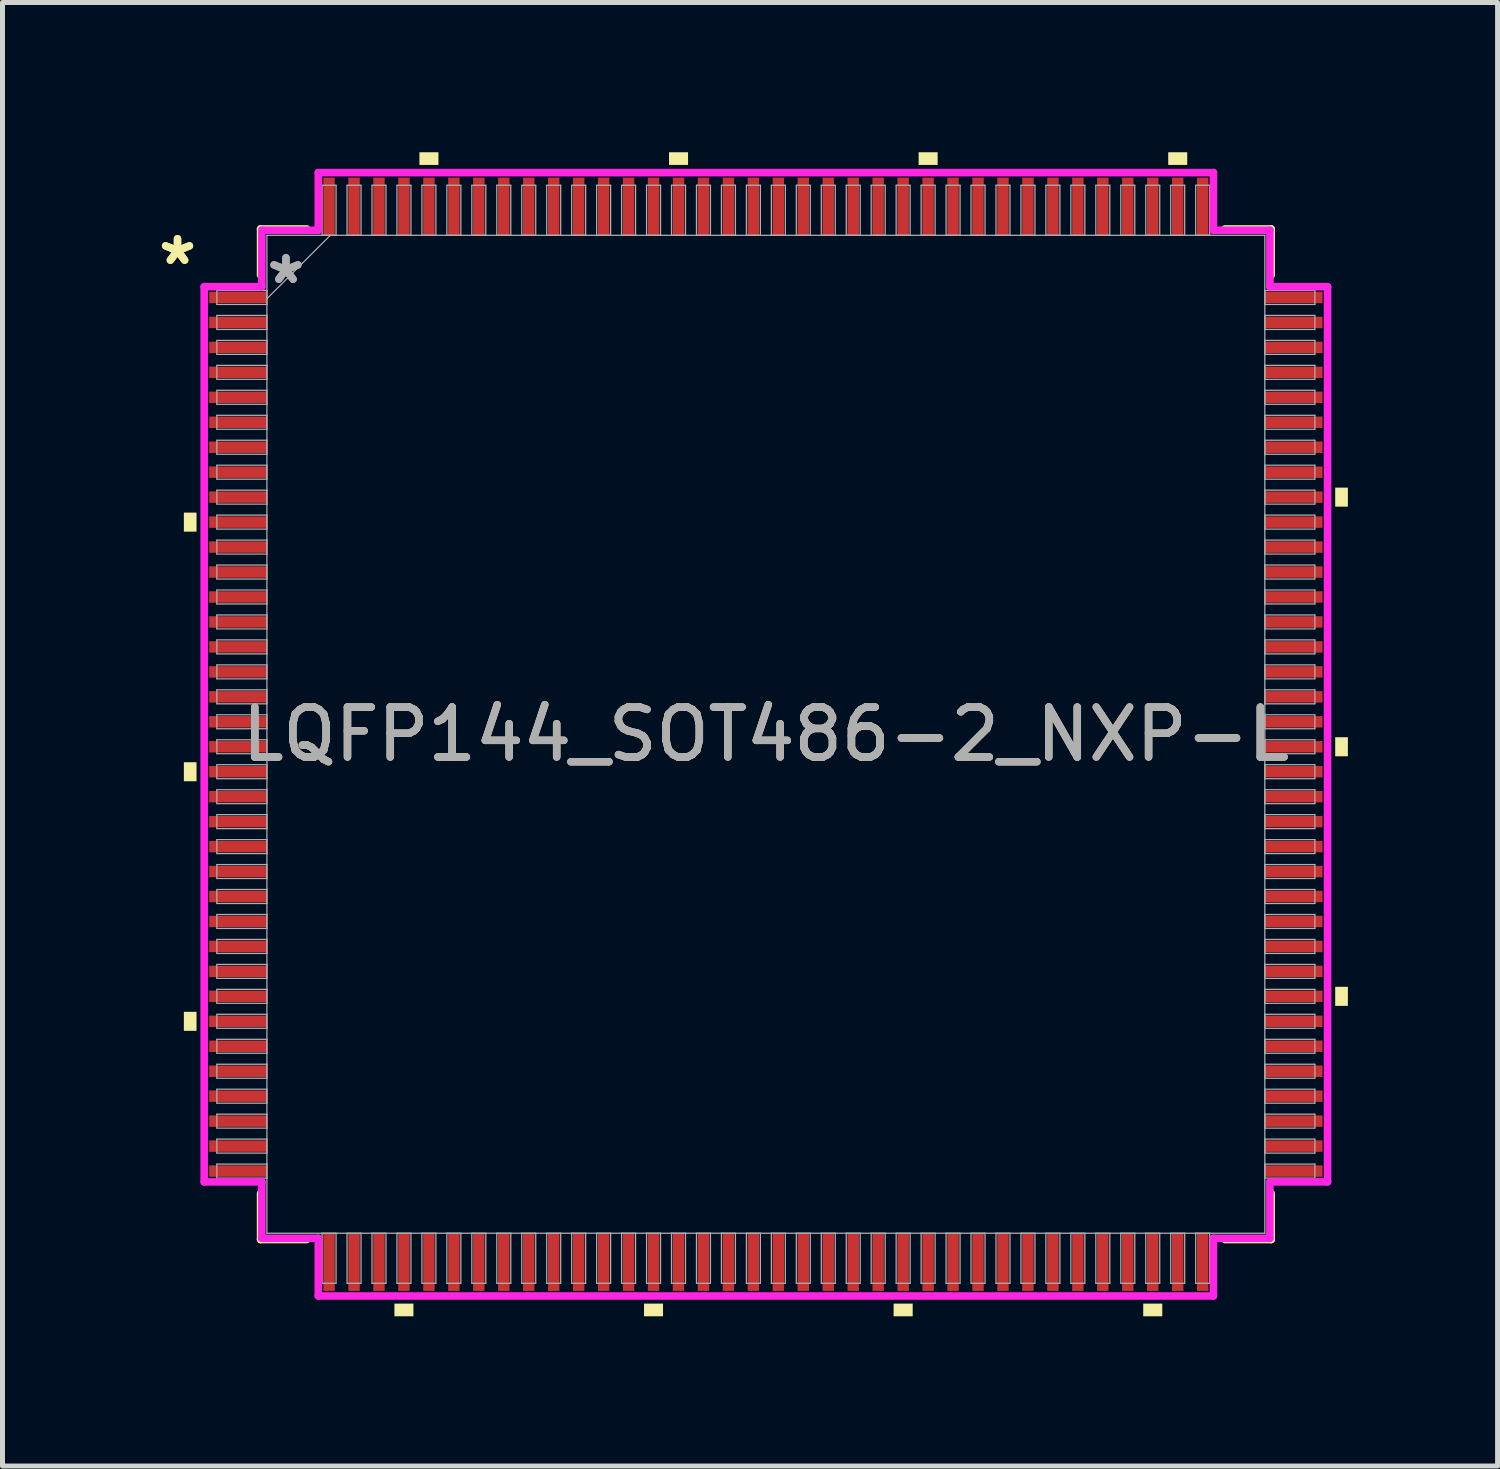
<source format=kicad_pcb>
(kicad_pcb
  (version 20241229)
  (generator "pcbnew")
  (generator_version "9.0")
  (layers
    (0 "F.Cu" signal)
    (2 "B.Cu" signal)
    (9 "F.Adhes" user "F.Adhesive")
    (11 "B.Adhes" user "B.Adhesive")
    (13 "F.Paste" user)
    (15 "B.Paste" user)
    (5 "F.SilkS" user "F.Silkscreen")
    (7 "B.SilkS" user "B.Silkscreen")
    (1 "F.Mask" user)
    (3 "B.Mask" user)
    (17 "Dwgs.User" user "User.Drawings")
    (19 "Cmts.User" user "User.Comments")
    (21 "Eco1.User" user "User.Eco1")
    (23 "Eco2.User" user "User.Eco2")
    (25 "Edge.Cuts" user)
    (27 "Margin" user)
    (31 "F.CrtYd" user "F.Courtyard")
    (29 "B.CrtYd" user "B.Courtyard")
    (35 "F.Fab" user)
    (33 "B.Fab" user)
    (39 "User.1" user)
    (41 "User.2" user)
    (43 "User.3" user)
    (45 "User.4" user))
  (footprint "LQFP144_SOT486-2_NXP-L"
    (layer "F.Cu")
    (at 12.292 11.659)
    (property "Reference" "LQFP144_SOT486-2_NXP-L" (at 0 0 0) (unlocked yes) (layer "F.SilkS") (effects (font (size 1 1) (thickness 0.15))))
    (attr smd)
    (fp_line (start -10.122 -10.122) (end -10.122 -9.197) (stroke (width 0.152) (type solid)) (layer "F.SilkS"))
    (fp_line (start -10.122 9.197) (end -10.122 10.122) (stroke (width 0.152) (type solid)) (layer "F.SilkS"))
    (fp_line (start -10.122 10.122) (end -9.197 10.122) (stroke (width 0.152) (type solid)) (layer "F.SilkS"))
    (fp_line (start -9.197 -10.122) (end -10.122 -10.122) (stroke (width 0.152) (type solid)) (layer "F.SilkS"))
    (fp_line (start 9.197 10.122) (end 10.122 10.122) (stroke (width 0.152) (type solid)) (layer "F.SilkS"))
    (fp_line (start 10.122 -10.122) (end 9.197 -10.122) (stroke (width 0.152) (type solid)) (layer "F.SilkS"))
    (fp_line (start 10.122 -9.197) (end 10.122 -10.122) (stroke (width 0.152) (type solid)) (layer "F.SilkS"))
    (fp_line (start 10.122 10.122) (end 10.122 9.197) (stroke (width 0.152) (type solid)) (layer "F.SilkS"))
    (fp_poly (pts (xy -11.659 -4.44) (xy -11.659 -4.059) (xy -11.405 -4.059) (xy -11.405 -4.44)) (stroke (width 0) (type solid)) (fill yes) (layer "F.SilkS"))
    (fp_poly (pts (xy -11.659 0.56) (xy -11.659 0.941) (xy -11.405 0.941) (xy -11.405 0.56)) (stroke (width 0) (type solid)) (fill yes) (layer "F.SilkS"))
    (fp_poly (pts (xy -11.659 5.56) (xy -11.659 5.941) (xy -11.405 5.941) (xy -11.405 5.56)) (stroke (width 0) (type solid)) (fill yes) (layer "F.SilkS"))
    (fp_poly (pts (xy -7.441 11.405) (xy -7.441 11.659) (xy -7.06 11.659) (xy -7.06 11.405)) (stroke (width 0) (type solid)) (fill yes) (layer "F.SilkS"))
    (fp_poly (pts (xy -6.94 -11.405) (xy -6.94 -11.659) (xy -6.559 -11.659) (xy -6.559 -11.405)) (stroke (width 0) (type solid)) (fill yes) (layer "F.SilkS"))
    (fp_poly (pts (xy -2.441 11.405) (xy -2.441 11.659) (xy -2.06 11.659) (xy -2.06 11.405)) (stroke (width 0) (type solid)) (fill yes) (layer "F.SilkS"))
    (fp_poly (pts (xy -1.94 -11.405) (xy -1.94 -11.659) (xy -1.559 -11.659) (xy -1.559 -11.405)) (stroke (width 0) (type solid)) (fill yes) (layer "F.SilkS"))
    (fp_poly (pts (xy 2.559 11.405) (xy 2.559 11.659) (xy 2.941 11.659) (xy 2.941 11.405)) (stroke (width 0) (type solid)) (fill yes) (layer "F.SilkS"))
    (fp_poly (pts (xy 3.06 -11.405) (xy 3.06 -11.659) (xy 3.441 -11.659) (xy 3.441 -11.405)) (stroke (width 0) (type solid)) (fill yes) (layer "F.SilkS"))
    (fp_poly (pts (xy 7.559 11.405) (xy 7.559 11.659) (xy 7.941 11.659) (xy 7.941 11.405)) (stroke (width 0) (type solid)) (fill yes) (layer "F.SilkS"))
    (fp_poly (pts (xy 8.06 -11.405) (xy 8.06 -11.659) (xy 8.441 -11.659) (xy 8.441 -11.405)) (stroke (width 0) (type solid)) (fill yes) (layer "F.SilkS"))
    (fp_poly (pts (xy 11.659 -4.941) (xy 11.659 -4.56) (xy 11.405 -4.56) (xy 11.405 -4.941)) (stroke (width 0) (type solid)) (fill yes) (layer "F.SilkS"))
    (fp_poly (pts (xy 11.659 0.059) (xy 11.659 0.441) (xy 11.405 0.441) (xy 11.405 0.059)) (stroke (width 0) (type solid)) (fill yes) (layer "F.SilkS"))
    (fp_poly (pts (xy 11.659 5.059) (xy 11.659 5.441) (xy 11.405 5.441) (xy 11.405 5.059)) (stroke (width 0) (type solid)) (fill yes) (layer "F.SilkS"))
    (fp_line (start -11.252 -8.966) (end -10.097 -8.966) (stroke (width 0.152) (type solid)) (layer "F.CrtYd"))
    (fp_line (start -11.252 8.966) (end -11.252 -8.966) (stroke (width 0.152) (type solid)) (layer "F.CrtYd"))
    (fp_line (start -10.097 -10.097) (end -8.966 -10.097) (stroke (width 0.152) (type solid)) (layer "F.CrtYd"))
    (fp_line (start -10.097 -8.966) (end -10.097 -10.097) (stroke (width 0.152) (type solid)) (layer "F.CrtYd"))
    (fp_line (start -10.097 8.966) (end -11.252 8.966) (stroke (width 0.152) (type solid)) (layer "F.CrtYd"))
    (fp_line (start -10.097 10.097) (end -10.097 8.966) (stroke (width 0.152) (type solid)) (layer "F.CrtYd"))
    (fp_line (start -10.097 10.097) (end -8.966 10.097) (stroke (width 0.152) (type solid)) (layer "F.CrtYd"))
    (fp_line (start -8.966 -11.252) (end 8.966 -11.252) (stroke (width 0.152) (type solid)) (layer "F.CrtYd"))
    (fp_line (start -8.966 -10.097) (end -8.966 -11.252) (stroke (width 0.152) (type solid)) (layer "F.CrtYd"))
    (fp_line (start -8.966 10.097) (end -8.966 11.252) (stroke (width 0.152) (type solid)) (layer "F.CrtYd"))
    (fp_line (start -8.966 11.252) (end 8.966 11.252) (stroke (width 0.152) (type solid)) (layer "F.CrtYd"))
    (fp_line (start 8.966 -11.252) (end 8.966 -10.097) (stroke (width 0.152) (type solid)) (layer "F.CrtYd"))
    (fp_line (start 8.966 -10.097) (end 10.097 -10.097) (stroke (width 0.152) (type solid)) (layer "F.CrtYd"))
    (fp_line (start 8.966 10.097) (end 10.097 10.097) (stroke (width 0.152) (type solid)) (layer "F.CrtYd"))
    (fp_line (start 8.966 11.252) (end 8.966 10.097) (stroke (width 0.152) (type solid)) (layer "F.CrtYd"))
    (fp_line (start 10.097 -8.966) (end 10.097 -10.097) (stroke (width 0.152) (type solid)) (layer "F.CrtYd"))
    (fp_line (start 10.097 8.966) (end 11.252 8.966) (stroke (width 0.152) (type solid)) (layer "F.CrtYd"))
    (fp_line (start 10.097 10.097) (end 10.097 8.966) (stroke (width 0.152) (type solid)) (layer "F.CrtYd"))
    (fp_line (start 11.252 -8.966) (end 10.097 -8.966) (stroke (width 0.152) (type solid)) (layer "F.CrtYd"))
    (fp_line (start 11.252 8.966) (end 11.252 -8.966) (stroke (width 0.152) (type solid)) (layer "F.CrtYd"))
    (fp_line (start -10.998 -8.89) (end -10.998 -8.61) (stroke (width 0.025) (type solid)) (layer "F.Fab"))
    (fp_line (start -10.998 -8.61) (end -9.995 -8.61) (stroke (width 0.025) (type solid)) (layer "F.Fab"))
    (fp_line (start -10.998 -8.39) (end -10.998 -8.11) (stroke (width 0.025) (type solid)) (layer "F.Fab"))
    (fp_line (start -10.998 -8.11) (end -9.995 -8.11) (stroke (width 0.025) (type solid)) (layer "F.Fab"))
    (fp_line (start -10.998 -7.89) (end -10.998 -7.61) (stroke (width 0.025) (type solid)) (layer "F.Fab"))
    (fp_line (start -10.998 -7.61) (end -9.995 -7.61) (stroke (width 0.025) (type solid)) (layer "F.Fab"))
    (fp_line (start -10.998 -7.39) (end -10.998 -7.11) (stroke (width 0.025) (type solid)) (layer "F.Fab"))
    (fp_line (start -10.998 -7.11) (end -9.995 -7.11) (stroke (width 0.025) (type solid)) (layer "F.Fab"))
    (fp_line (start -10.998 -6.89) (end -10.998 -6.61) (stroke (width 0.025) (type solid)) (layer "F.Fab"))
    (fp_line (start -10.998 -6.61) (end -9.995 -6.61) (stroke (width 0.025) (type solid)) (layer "F.Fab"))
    (fp_line (start -10.998 -6.39) (end -10.998 -6.11) (stroke (width 0.025) (type solid)) (layer "F.Fab"))
    (fp_line (start -10.998 -6.11) (end -9.995 -6.11) (stroke (width 0.025) (type solid)) (layer "F.Fab"))
    (fp_line (start -10.998 -5.89) (end -10.998 -5.61) (stroke (width 0.025) (type solid)) (layer "F.Fab"))
    (fp_line (start -10.998 -5.61) (end -9.995 -5.61) (stroke (width 0.025) (type solid)) (layer "F.Fab"))
    (fp_line (start -10.998 -5.39) (end -10.998 -5.11) (stroke (width 0.025) (type solid)) (layer "F.Fab"))
    (fp_line (start -10.998 -5.11) (end -9.995 -5.11) (stroke (width 0.025) (type solid)) (layer "F.Fab"))
    (fp_line (start -10.998 -4.89) (end -10.998 -4.61) (stroke (width 0.025) (type solid)) (layer "F.Fab"))
    (fp_line (start -10.998 -4.61) (end -9.995 -4.61) (stroke (width 0.025) (type solid)) (layer "F.Fab"))
    (fp_line (start -10.998 -4.39) (end -10.998 -4.11) (stroke (width 0.025) (type solid)) (layer "F.Fab"))
    (fp_line (start -10.998 -4.11) (end -9.995 -4.11) (stroke (width 0.025) (type solid)) (layer "F.Fab"))
    (fp_line (start -10.998 -3.89) (end -10.998 -3.61) (stroke (width 0.025) (type solid)) (layer "F.Fab"))
    (fp_line (start -10.998 -3.61) (end -9.995 -3.61) (stroke (width 0.025) (type solid)) (layer "F.Fab"))
    (fp_line (start -10.998 -3.39) (end -10.998 -3.11) (stroke (width 0.025) (type solid)) (layer "F.Fab"))
    (fp_line (start -10.998 -3.11) (end -9.995 -3.11) (stroke (width 0.025) (type solid)) (layer "F.Fab"))
    (fp_line (start -10.998 -2.89) (end -10.998 -2.61) (stroke (width 0.025) (type solid)) (layer "F.Fab"))
    (fp_line (start -10.998 -2.61) (end -9.995 -2.61) (stroke (width 0.025) (type solid)) (layer "F.Fab"))
    (fp_line (start -10.998 -2.39) (end -10.998 -2.11) (stroke (width 0.025) (type solid)) (layer "F.Fab"))
    (fp_line (start -10.998 -2.11) (end -9.995 -2.11) (stroke (width 0.025) (type solid)) (layer "F.Fab"))
    (fp_line (start -10.998 -1.89) (end -10.998 -1.61) (stroke (width 0.025) (type solid)) (layer "F.Fab"))
    (fp_line (start -10.998 -1.61) (end -9.995 -1.61) (stroke (width 0.025) (type solid)) (layer "F.Fab"))
    (fp_line (start -10.998 -1.39) (end -10.998 -1.11) (stroke (width 0.025) (type solid)) (layer "F.Fab"))
    (fp_line (start -10.998 -1.11) (end -9.995 -1.11) (stroke (width 0.025) (type solid)) (layer "F.Fab"))
    (fp_line (start -10.998 -0.89) (end -10.998 -0.61) (stroke (width 0.025) (type solid)) (layer "F.Fab"))
    (fp_line (start -10.998 -0.61) (end -9.995 -0.61) (stroke (width 0.025) (type solid)) (layer "F.Fab"))
    (fp_line (start -10.998 -0.39) (end -10.998 -0.11) (stroke (width 0.025) (type solid)) (layer "F.Fab"))
    (fp_line (start -10.998 -0.11) (end -9.995 -0.11) (stroke (width 0.025) (type solid)) (layer "F.Fab"))
    (fp_line (start -10.998 0.11) (end -10.998 0.39) (stroke (width 0.025) (type solid)) (layer "F.Fab"))
    (fp_line (start -10.998 0.39) (end -9.995 0.39) (stroke (width 0.025) (type solid)) (layer "F.Fab"))
    (fp_line (start -10.998 0.61) (end -10.998 0.89) (stroke (width 0.025) (type solid)) (layer "F.Fab"))
    (fp_line (start -10.998 0.89) (end -9.995 0.89) (stroke (width 0.025) (type solid)) (layer "F.Fab"))
    (fp_line (start -10.998 1.11) (end -10.998 1.39) (stroke (width 0.025) (type solid)) (layer "F.Fab"))
    (fp_line (start -10.998 1.39) (end -9.995 1.39) (stroke (width 0.025) (type solid)) (layer "F.Fab"))
    (fp_line (start -10.998 1.61) (end -10.998 1.89) (stroke (width 0.025) (type solid)) (layer "F.Fab"))
    (fp_line (start -10.998 1.89) (end -9.995 1.89) (stroke (width 0.025) (type solid)) (layer "F.Fab"))
    (fp_line (start -10.998 2.11) (end -10.998 2.39) (stroke (width 0.025) (type solid)) (layer "F.Fab"))
    (fp_line (start -10.998 2.39) (end -9.995 2.39) (stroke (width 0.025) (type solid)) (layer "F.Fab"))
    (fp_line (start -10.998 2.61) (end -10.998 2.89) (stroke (width 0.025) (type solid)) (layer "F.Fab"))
    (fp_line (start -10.998 2.89) (end -9.995 2.89) (stroke (width 0.025) (type solid)) (layer "F.Fab"))
    (fp_line (start -10.998 3.11) (end -10.998 3.39) (stroke (width 0.025) (type solid)) (layer "F.Fab"))
    (fp_line (start -10.998 3.39) (end -9.995 3.39) (stroke (width 0.025) (type solid)) (layer "F.Fab"))
    (fp_line (start -10.998 3.61) (end -10.998 3.89) (stroke (width 0.025) (type solid)) (layer "F.Fab"))
    (fp_line (start -10.998 3.89) (end -9.995 3.89) (stroke (width 0.025) (type solid)) (layer "F.Fab"))
    (fp_line (start -10.998 4.11) (end -10.998 4.39) (stroke (width 0.025) (type solid)) (layer "F.Fab"))
    (fp_line (start -10.998 4.39) (end -9.995 4.39) (stroke (width 0.025) (type solid)) (layer "F.Fab"))
    (fp_line (start -10.998 4.61) (end -10.998 4.89) (stroke (width 0.025) (type solid)) (layer "F.Fab"))
    (fp_line (start -10.998 4.89) (end -9.995 4.89) (stroke (width 0.025) (type solid)) (layer "F.Fab"))
    (fp_line (start -10.998 5.11) (end -10.998 5.39) (stroke (width 0.025) (type solid)) (layer "F.Fab"))
    (fp_line (start -10.998 5.39) (end -9.995 5.39) (stroke (width 0.025) (type solid)) (layer "F.Fab"))
    (fp_line (start -10.998 5.61) (end -10.998 5.89) (stroke (width 0.025) (type solid)) (layer "F.Fab"))
    (fp_line (start -10.998 5.89) (end -9.995 5.89) (stroke (width 0.025) (type solid)) (layer "F.Fab"))
    (fp_line (start -10.998 6.11) (end -10.998 6.39) (stroke (width 0.025) (type solid)) (layer "F.Fab"))
    (fp_line (start -10.998 6.39) (end -9.995 6.39) (stroke (width 0.025) (type solid)) (layer "F.Fab"))
    (fp_line (start -10.998 6.61) (end -10.998 6.89) (stroke (width 0.025) (type solid)) (layer "F.Fab"))
    (fp_line (start -10.998 6.89) (end -9.995 6.89) (stroke (width 0.025) (type solid)) (layer "F.Fab"))
    (fp_line (start -10.998 7.11) (end -10.998 7.39) (stroke (width 0.025) (type solid)) (layer "F.Fab"))
    (fp_line (start -10.998 7.39) (end -9.995 7.39) (stroke (width 0.025) (type solid)) (layer "F.Fab"))
    (fp_line (start -10.998 7.61) (end -10.998 7.89) (stroke (width 0.025) (type solid)) (layer "F.Fab"))
    (fp_line (start -10.998 7.89) (end -9.995 7.89) (stroke (width 0.025) (type solid)) (layer "F.Fab"))
    (fp_line (start -10.998 8.11) (end -10.998 8.39) (stroke (width 0.025) (type solid)) (layer "F.Fab"))
    (fp_line (start -10.998 8.39) (end -9.995 8.39) (stroke (width 0.025) (type solid)) (layer "F.Fab"))
    (fp_line (start -10.998 8.61) (end -10.998 8.89) (stroke (width 0.025) (type solid)) (layer "F.Fab"))
    (fp_line (start -10.998 8.89) (end -9.995 8.89) (stroke (width 0.025) (type solid)) (layer "F.Fab"))
    (fp_line (start -9.995 -9.995) (end -9.995 9.995) (stroke (width 0.025) (type solid)) (layer "F.Fab"))
    (fp_line (start -9.995 -8.89) (end -10.998 -8.89) (stroke (width 0.025) (type solid)) (layer "F.Fab"))
    (fp_line (start -9.995 -8.725) (end -8.725 -9.995) (stroke (width 0.025) (type solid)) (layer "F.Fab"))
    (fp_line (start -9.995 -8.61) (end -9.995 -8.89) (stroke (width 0.025) (type solid)) (layer "F.Fab"))
    (fp_line (start -9.995 -8.39) (end -10.998 -8.39) (stroke (width 0.025) (type solid)) (layer "F.Fab"))
    (fp_line (start -9.995 -8.11) (end -9.995 -8.39) (stroke (width 0.025) (type solid)) (layer "F.Fab"))
    (fp_line (start -9.995 -7.89) (end -10.998 -7.89) (stroke (width 0.025) (type solid)) (layer "F.Fab"))
    (fp_line (start -9.995 -7.61) (end -9.995 -7.89) (stroke (width 0.025) (type solid)) (layer "F.Fab"))
    (fp_line (start -9.995 -7.39) (end -10.998 -7.39) (stroke (width 0.025) (type solid)) (layer "F.Fab"))
    (fp_line (start -9.995 -7.11) (end -9.995 -7.39) (stroke (width 0.025) (type solid)) (layer "F.Fab"))
    (fp_line (start -9.995 -6.89) (end -10.998 -6.89) (stroke (width 0.025) (type solid)) (layer "F.Fab"))
    (fp_line (start -9.995 -6.61) (end -9.995 -6.89) (stroke (width 0.025) (type solid)) (layer "F.Fab"))
    (fp_line (start -9.995 -6.39) (end -10.998 -6.39) (stroke (width 0.025) (type solid)) (layer "F.Fab"))
    (fp_line (start -9.995 -6.11) (end -9.995 -6.39) (stroke (width 0.025) (type solid)) (layer "F.Fab"))
    (fp_line (start -9.995 -5.89) (end -10.998 -5.89) (stroke (width 0.025) (type solid)) (layer "F.Fab"))
    (fp_line (start -9.995 -5.61) (end -9.995 -5.89) (stroke (width 0.025) (type solid)) (layer "F.Fab"))
    (fp_line (start -9.995 -5.39) (end -10.998 -5.39) (stroke (width 0.025) (type solid)) (layer "F.Fab"))
    (fp_line (start -9.995 -5.11) (end -9.995 -5.39) (stroke (width 0.025) (type solid)) (layer "F.Fab"))
    (fp_line (start -9.995 -4.89) (end -10.998 -4.89) (stroke (width 0.025) (type solid)) (layer "F.Fab"))
    (fp_line (start -9.995 -4.61) (end -9.995 -4.89) (stroke (width 0.025) (type solid)) (layer "F.Fab"))
    (fp_line (start -9.995 -4.39) (end -10.998 -4.39) (stroke (width 0.025) (type solid)) (layer "F.Fab"))
    (fp_line (start -9.995 -4.11) (end -9.995 -4.39) (stroke (width 0.025) (type solid)) (layer "F.Fab"))
    (fp_line (start -9.995 -3.89) (end -10.998 -3.89) (stroke (width 0.025) (type solid)) (layer "F.Fab"))
    (fp_line (start -9.995 -3.61) (end -9.995 -3.89) (stroke (width 0.025) (type solid)) (layer "F.Fab"))
    (fp_line (start -9.995 -3.39) (end -10.998 -3.39) (stroke (width 0.025) (type solid)) (layer "F.Fab"))
    (fp_line (start -9.995 -3.11) (end -9.995 -3.39) (stroke (width 0.025) (type solid)) (layer "F.Fab"))
    (fp_line (start -9.995 -2.89) (end -10.998 -2.89) (stroke (width 0.025) (type solid)) (layer "F.Fab"))
    (fp_line (start -9.995 -2.61) (end -9.995 -2.89) (stroke (width 0.025) (type solid)) (layer "F.Fab"))
    (fp_line (start -9.995 -2.39) (end -10.998 -2.39) (stroke (width 0.025) (type solid)) (layer "F.Fab"))
    (fp_line (start -9.995 -2.11) (end -9.995 -2.39) (stroke (width 0.025) (type solid)) (layer "F.Fab"))
    (fp_line (start -9.995 -1.89) (end -10.998 -1.89) (stroke (width 0.025) (type solid)) (layer "F.Fab"))
    (fp_line (start -9.995 -1.61) (end -9.995 -1.89) (stroke (width 0.025) (type solid)) (layer "F.Fab"))
    (fp_line (start -9.995 -1.39) (end -10.998 -1.39) (stroke (width 0.025) (type solid)) (layer "F.Fab"))
    (fp_line (start -9.995 -1.11) (end -9.995 -1.39) (stroke (width 0.025) (type solid)) (layer "F.Fab"))
    (fp_line (start -9.995 -0.89) (end -10.998 -0.89) (stroke (width 0.025) (type solid)) (layer "F.Fab"))
    (fp_line (start -9.995 -0.61) (end -9.995 -0.89) (stroke (width 0.025) (type solid)) (layer "F.Fab"))
    (fp_line (start -9.995 -0.39) (end -10.998 -0.39) (stroke (width 0.025) (type solid)) (layer "F.Fab"))
    (fp_line (start -9.995 -0.11) (end -9.995 -0.39) (stroke (width 0.025) (type solid)) (layer "F.Fab"))
    (fp_line (start -9.995 0.11) (end -10.998 0.11) (stroke (width 0.025) (type solid)) (layer "F.Fab"))
    (fp_line (start -9.995 0.39) (end -9.995 0.11) (stroke (width 0.025) (type solid)) (layer "F.Fab"))
    (fp_line (start -9.995 0.61) (end -10.998 0.61) (stroke (width 0.025) (type solid)) (layer "F.Fab"))
    (fp_line (start -9.995 0.89) (end -9.995 0.61) (stroke (width 0.025) (type solid)) (layer "F.Fab"))
    (fp_line (start -9.995 1.11) (end -10.998 1.11) (stroke (width 0.025) (type solid)) (layer "F.Fab"))
    (fp_line (start -9.995 1.39) (end -9.995 1.11) (stroke (width 0.025) (type solid)) (layer "F.Fab"))
    (fp_line (start -9.995 1.61) (end -10.998 1.61) (stroke (width 0.025) (type solid)) (layer "F.Fab"))
    (fp_line (start -9.995 1.89) (end -9.995 1.61) (stroke (width 0.025) (type solid)) (layer "F.Fab"))
    (fp_line (start -9.995 2.11) (end -10.998 2.11) (stroke (width 0.025) (type solid)) (layer "F.Fab"))
    (fp_line (start -9.995 2.39) (end -9.995 2.11) (stroke (width 0.025) (type solid)) (layer "F.Fab"))
    (fp_line (start -9.995 2.61) (end -10.998 2.61) (stroke (width 0.025) (type solid)) (layer "F.Fab"))
    (fp_line (start -9.995 2.89) (end -9.995 2.61) (stroke (width 0.025) (type solid)) (layer "F.Fab"))
    (fp_line (start -9.995 3.11) (end -10.998 3.11) (stroke (width 0.025) (type solid)) (layer "F.Fab"))
    (fp_line (start -9.995 3.39) (end -9.995 3.11) (stroke (width 0.025) (type solid)) (layer "F.Fab"))
    (fp_line (start -9.995 3.61) (end -10.998 3.61) (stroke (width 0.025) (type solid)) (layer "F.Fab"))
    (fp_line (start -9.995 3.89) (end -9.995 3.61) (stroke (width 0.025) (type solid)) (layer "F.Fab"))
    (fp_line (start -9.995 4.11) (end -10.998 4.11) (stroke (width 0.025) (type solid)) (layer "F.Fab"))
    (fp_line (start -9.995 4.39) (end -9.995 4.11) (stroke (width 0.025) (type solid)) (layer "F.Fab"))
    (fp_line (start -9.995 4.61) (end -10.998 4.61) (stroke (width 0.025) (type solid)) (layer "F.Fab"))
    (fp_line (start -9.995 4.89) (end -9.995 4.61) (stroke (width 0.025) (type solid)) (layer "F.Fab"))
    (fp_line (start -9.995 5.11) (end -10.998 5.11) (stroke (width 0.025) (type solid)) (layer "F.Fab"))
    (fp_line (start -9.995 5.39) (end -9.995 5.11) (stroke (width 0.025) (type solid)) (layer "F.Fab"))
    (fp_line (start -9.995 5.61) (end -10.998 5.61) (stroke (width 0.025) (type solid)) (layer "F.Fab"))
    (fp_line (start -9.995 5.89) (end -9.995 5.61) (stroke (width 0.025) (type solid)) (layer "F.Fab"))
    (fp_line (start -9.995 6.11) (end -10.998 6.11) (stroke (width 0.025) (type solid)) (layer "F.Fab"))
    (fp_line (start -9.995 6.39) (end -9.995 6.11) (stroke (width 0.025) (type solid)) (layer "F.Fab"))
    (fp_line (start -9.995 6.61) (end -10.998 6.61) (stroke (width 0.025) (type solid)) (layer "F.Fab"))
    (fp_line (start -9.995 6.89) (end -9.995 6.61) (stroke (width 0.025) (type solid)) (layer "F.Fab"))
    (fp_line (start -9.995 7.11) (end -10.998 7.11) (stroke (width 0.025) (type solid)) (layer "F.Fab"))
    (fp_line (start -9.995 7.39) (end -9.995 7.11) (stroke (width 0.025) (type solid)) (layer "F.Fab"))
    (fp_line (start -9.995 7.61) (end -10.998 7.61) (stroke (width 0.025) (type solid)) (layer "F.Fab"))
    (fp_line (start -9.995 7.89) (end -9.995 7.61) (stroke (width 0.025) (type solid)) (layer "F.Fab"))
    (fp_line (start -9.995 8.11) (end -10.998 8.11) (stroke (width 0.025) (type solid)) (layer "F.Fab"))
    (fp_line (start -9.995 8.39) (end -9.995 8.11) (stroke (width 0.025) (type solid)) (layer "F.Fab"))
    (fp_line (start -9.995 8.61) (end -10.998 8.61) (stroke (width 0.025) (type solid)) (layer "F.Fab"))
    (fp_line (start -9.995 8.89) (end -9.995 8.61) (stroke (width 0.025) (type solid)) (layer "F.Fab"))
    (fp_line (start -9.995 9.995) (end 9.995 9.995) (stroke (width 0.025) (type solid)) (layer "F.Fab"))
    (fp_line (start -8.89 -10.998) (end -8.89 -9.995) (stroke (width 0.025) (type solid)) (layer "F.Fab"))
    (fp_line (start -8.89 -9.995) (end -8.61 -9.995) (stroke (width 0.025) (type solid)) (layer "F.Fab"))
    (fp_line (start -8.89 9.995) (end -8.89 10.998) (stroke (width 0.025) (type solid)) (layer "F.Fab"))
    (fp_line (start -8.89 10.998) (end -8.61 10.998) (stroke (width 0.025) (type solid)) (layer "F.Fab"))
    (fp_line (start -8.61 -10.998) (end -8.89 -10.998) (stroke (width 0.025) (type solid)) (layer "F.Fab"))
    (fp_line (start -8.61 -9.995) (end -8.61 -10.998) (stroke (width 0.025) (type solid)) (layer "F.Fab"))
    (fp_line (start -8.61 9.995) (end -8.89 9.995) (stroke (width 0.025) (type solid)) (layer "F.Fab"))
    (fp_line (start -8.61 10.998) (end -8.61 9.995) (stroke (width 0.025) (type solid)) (layer "F.Fab"))
    (fp_line (start -8.39 -10.998) (end -8.39 -9.995) (stroke (width 0.025) (type solid)) (layer "F.Fab"))
    (fp_line (start -8.39 -9.995) (end -8.11 -9.995) (stroke (width 0.025) (type solid)) (layer "F.Fab"))
    (fp_line (start -8.39 9.995) (end -8.39 10.998) (stroke (width 0.025) (type solid)) (layer "F.Fab"))
    (fp_line (start -8.39 10.998) (end -8.11 10.998) (stroke (width 0.025) (type solid)) (layer "F.Fab"))
    (fp_line (start -8.11 -10.998) (end -8.39 -10.998) (stroke (width 0.025) (type solid)) (layer "F.Fab"))
    (fp_line (start -8.11 -9.995) (end -8.11 -10.998) (stroke (width 0.025) (type solid)) (layer "F.Fab"))
    (fp_line (start -8.11 9.995) (end -8.39 9.995) (stroke (width 0.025) (type solid)) (layer "F.Fab"))
    (fp_line (start -8.11 10.998) (end -8.11 9.995) (stroke (width 0.025) (type solid)) (layer "F.Fab"))
    (fp_line (start -7.89 -10.998) (end -7.89 -9.995) (stroke (width 0.025) (type solid)) (layer "F.Fab"))
    (fp_line (start -7.89 -9.995) (end -7.61 -9.995) (stroke (width 0.025) (type solid)) (layer "F.Fab"))
    (fp_line (start -7.89 9.995) (end -7.89 10.998) (stroke (width 0.025) (type solid)) (layer "F.Fab"))
    (fp_line (start -7.89 10.998) (end -7.61 10.998) (stroke (width 0.025) (type solid)) (layer "F.Fab"))
    (fp_line (start -7.61 -10.998) (end -7.89 -10.998) (stroke (width 0.025) (type solid)) (layer "F.Fab"))
    (fp_line (start -7.61 -9.995) (end -7.61 -10.998) (stroke (width 0.025) (type solid)) (layer "F.Fab"))
    (fp_line (start -7.61 9.995) (end -7.89 9.995) (stroke (width 0.025) (type solid)) (layer "F.Fab"))
    (fp_line (start -7.61 10.998) (end -7.61 9.995) (stroke (width 0.025) (type solid)) (layer "F.Fab"))
    (fp_line (start -7.39 -10.998) (end -7.39 -9.995) (stroke (width 0.025) (type solid)) (layer "F.Fab"))
    (fp_line (start -7.39 -9.995) (end -7.11 -9.995) (stroke (width 0.025) (type solid)) (layer "F.Fab"))
    (fp_line (start -7.39 9.995) (end -7.39 10.998) (stroke (width 0.025) (type solid)) (layer "F.Fab"))
    (fp_line (start -7.39 10.998) (end -7.11 10.998) (stroke (width 0.025) (type solid)) (layer "F.Fab"))
    (fp_line (start -7.11 -10.998) (end -7.39 -10.998) (stroke (width 0.025) (type solid)) (layer "F.Fab"))
    (fp_line (start -7.11 -9.995) (end -7.11 -10.998) (stroke (width 0.025) (type solid)) (layer "F.Fab"))
    (fp_line (start -7.11 9.995) (end -7.39 9.995) (stroke (width 0.025) (type solid)) (layer "F.Fab"))
    (fp_line (start -7.11 10.998) (end -7.11 9.995) (stroke (width 0.025) (type solid)) (layer "F.Fab"))
    (fp_line (start -6.89 -10.998) (end -6.89 -9.995) (stroke (width 0.025) (type solid)) (layer "F.Fab"))
    (fp_line (start -6.89 -9.995) (end -6.61 -9.995) (stroke (width 0.025) (type solid)) (layer "F.Fab"))
    (fp_line (start -6.89 9.995) (end -6.89 10.998) (stroke (width 0.025) (type solid)) (layer "F.Fab"))
    (fp_line (start -6.89 10.998) (end -6.61 10.998) (stroke (width 0.025) (type solid)) (layer "F.Fab"))
    (fp_line (start -6.61 -10.998) (end -6.89 -10.998) (stroke (width 0.025) (type solid)) (layer "F.Fab"))
    (fp_line (start -6.61 -9.995) (end -6.61 -10.998) (stroke (width 0.025) (type solid)) (layer "F.Fab"))
    (fp_line (start -6.61 9.995) (end -6.89 9.995) (stroke (width 0.025) (type solid)) (layer "F.Fab"))
    (fp_line (start -6.61 10.998) (end -6.61 9.995) (stroke (width 0.025) (type solid)) (layer "F.Fab"))
    (fp_line (start -6.39 -10.998) (end -6.39 -9.995) (stroke (width 0.025) (type solid)) (layer "F.Fab"))
    (fp_line (start -6.39 -9.995) (end -6.11 -9.995) (stroke (width 0.025) (type solid)) (layer "F.Fab"))
    (fp_line (start -6.39 9.995) (end -6.39 10.998) (stroke (width 0.025) (type solid)) (layer "F.Fab"))
    (fp_line (start -6.39 10.998) (end -6.11 10.998) (stroke (width 0.025) (type solid)) (layer "F.Fab"))
    (fp_line (start -6.11 -10.998) (end -6.39 -10.998) (stroke (width 0.025) (type solid)) (layer "F.Fab"))
    (fp_line (start -6.11 -9.995) (end -6.11 -10.998) (stroke (width 0.025) (type solid)) (layer "F.Fab"))
    (fp_line (start -6.11 9.995) (end -6.39 9.995) (stroke (width 0.025) (type solid)) (layer "F.Fab"))
    (fp_line (start -6.11 10.998) (end -6.11 9.995) (stroke (width 0.025) (type solid)) (layer "F.Fab"))
    (fp_line (start -5.89 -10.998) (end -5.89 -9.995) (stroke (width 0.025) (type solid)) (layer "F.Fab"))
    (fp_line (start -5.89 -9.995) (end -5.61 -9.995) (stroke (width 0.025) (type solid)) (layer "F.Fab"))
    (fp_line (start -5.89 9.995) (end -5.89 10.998) (stroke (width 0.025) (type solid)) (layer "F.Fab"))
    (fp_line (start -5.89 10.998) (end -5.61 10.998) (stroke (width 0.025) (type solid)) (layer "F.Fab"))
    (fp_line (start -5.61 -10.998) (end -5.89 -10.998) (stroke (width 0.025) (type solid)) (layer "F.Fab"))
    (fp_line (start -5.61 -9.995) (end -5.61 -10.998) (stroke (width 0.025) (type solid)) (layer "F.Fab"))
    (fp_line (start -5.61 9.995) (end -5.89 9.995) (stroke (width 0.025) (type solid)) (layer "F.Fab"))
    (fp_line (start -5.61 10.998) (end -5.61 9.995) (stroke (width 0.025) (type solid)) (layer "F.Fab"))
    (fp_line (start -5.39 -10.998) (end -5.39 -9.995) (stroke (width 0.025) (type solid)) (layer "F.Fab"))
    (fp_line (start -5.39 -9.995) (end -5.11 -9.995) (stroke (width 0.025) (type solid)) (layer "F.Fab"))
    (fp_line (start -5.39 9.995) (end -5.39 10.998) (stroke (width 0.025) (type solid)) (layer "F.Fab"))
    (fp_line (start -5.39 10.998) (end -5.11 10.998) (stroke (width 0.025) (type solid)) (layer "F.Fab"))
    (fp_line (start -5.11 -10.998) (end -5.39 -10.998) (stroke (width 0.025) (type solid)) (layer "F.Fab"))
    (fp_line (start -5.11 -9.995) (end -5.11 -10.998) (stroke (width 0.025) (type solid)) (layer "F.Fab"))
    (fp_line (start -5.11 9.995) (end -5.39 9.995) (stroke (width 0.025) (type solid)) (layer "F.Fab"))
    (fp_line (start -5.11 10.998) (end -5.11 9.995) (stroke (width 0.025) (type solid)) (layer "F.Fab"))
    (fp_line (start -4.89 -10.998) (end -4.89 -9.995) (stroke (width 0.025) (type solid)) (layer "F.Fab"))
    (fp_line (start -4.89 -9.995) (end -4.61 -9.995) (stroke (width 0.025) (type solid)) (layer "F.Fab"))
    (fp_line (start -4.89 9.995) (end -4.89 10.998) (stroke (width 0.025) (type solid)) (layer "F.Fab"))
    (fp_line (start -4.89 10.998) (end -4.61 10.998) (stroke (width 0.025) (type solid)) (layer "F.Fab"))
    (fp_line (start -4.61 -10.998) (end -4.89 -10.998) (stroke (width 0.025) (type solid)) (layer "F.Fab"))
    (fp_line (start -4.61 -9.995) (end -4.61 -10.998) (stroke (width 0.025) (type solid)) (layer "F.Fab"))
    (fp_line (start -4.61 9.995) (end -4.89 9.995) (stroke (width 0.025) (type solid)) (layer "F.Fab"))
    (fp_line (start -4.61 10.998) (end -4.61 9.995) (stroke (width 0.025) (type solid)) (layer "F.Fab"))
    (fp_line (start -4.39 -10.998) (end -4.39 -9.995) (stroke (width 0.025) (type solid)) (layer "F.Fab"))
    (fp_line (start -4.39 -9.995) (end -4.11 -9.995) (stroke (width 0.025) (type solid)) (layer "F.Fab"))
    (fp_line (start -4.39 9.995) (end -4.39 10.998) (stroke (width 0.025) (type solid)) (layer "F.Fab"))
    (fp_line (start -4.39 10.998) (end -4.11 10.998) (stroke (width 0.025) (type solid)) (layer "F.Fab"))
    (fp_line (start -4.11 -10.998) (end -4.39 -10.998) (stroke (width 0.025) (type solid)) (layer "F.Fab"))
    (fp_line (start -4.11 -9.995) (end -4.11 -10.998) (stroke (width 0.025) (type solid)) (layer "F.Fab"))
    (fp_line (start -4.11 9.995) (end -4.39 9.995) (stroke (width 0.025) (type solid)) (layer "F.Fab"))
    (fp_line (start -4.11 10.998) (end -4.11 9.995) (stroke (width 0.025) (type solid)) (layer "F.Fab"))
    (fp_line (start -3.89 -10.998) (end -3.89 -9.995) (stroke (width 0.025) (type solid)) (layer "F.Fab"))
    (fp_line (start -3.89 -9.995) (end -3.61 -9.995) (stroke (width 0.025) (type solid)) (layer "F.Fab"))
    (fp_line (start -3.89 9.995) (end -3.89 10.998) (stroke (width 0.025) (type solid)) (layer "F.Fab"))
    (fp_line (start -3.89 10.998) (end -3.61 10.998) (stroke (width 0.025) (type solid)) (layer "F.Fab"))
    (fp_line (start -3.61 -10.998) (end -3.89 -10.998) (stroke (width 0.025) (type solid)) (layer "F.Fab"))
    (fp_line (start -3.61 -9.995) (end -3.61 -10.998) (stroke (width 0.025) (type solid)) (layer "F.Fab"))
    (fp_line (start -3.61 9.995) (end -3.89 9.995) (stroke (width 0.025) (type solid)) (layer "F.Fab"))
    (fp_line (start -3.61 10.998) (end -3.61 9.995) (stroke (width 0.025) (type solid)) (layer "F.Fab"))
    (fp_line (start -3.39 -10.998) (end -3.39 -9.995) (stroke (width 0.025) (type solid)) (layer "F.Fab"))
    (fp_line (start -3.39 -9.995) (end -3.11 -9.995) (stroke (width 0.025) (type solid)) (layer "F.Fab"))
    (fp_line (start -3.39 9.995) (end -3.39 10.998) (stroke (width 0.025) (type solid)) (layer "F.Fab"))
    (fp_line (start -3.39 10.998) (end -3.11 10.998) (stroke (width 0.025) (type solid)) (layer "F.Fab"))
    (fp_line (start -3.11 -10.998) (end -3.39 -10.998) (stroke (width 0.025) (type solid)) (layer "F.Fab"))
    (fp_line (start -3.11 -9.995) (end -3.11 -10.998) (stroke (width 0.025) (type solid)) (layer "F.Fab"))
    (fp_line (start -3.11 9.995) (end -3.39 9.995) (stroke (width 0.025) (type solid)) (layer "F.Fab"))
    (fp_line (start -3.11 10.998) (end -3.11 9.995) (stroke (width 0.025) (type solid)) (layer "F.Fab"))
    (fp_line (start -2.89 -10.998) (end -2.89 -9.995) (stroke (width 0.025) (type solid)) (layer "F.Fab"))
    (fp_line (start -2.89 -9.995) (end -2.61 -9.995) (stroke (width 0.025) (type solid)) (layer "F.Fab"))
    (fp_line (start -2.89 9.995) (end -2.89 10.998) (stroke (width 0.025) (type solid)) (layer "F.Fab"))
    (fp_line (start -2.89 10.998) (end -2.61 10.998) (stroke (width 0.025) (type solid)) (layer "F.Fab"))
    (fp_line (start -2.61 -10.998) (end -2.89 -10.998) (stroke (width 0.025) (type solid)) (layer "F.Fab"))
    (fp_line (start -2.61 -9.995) (end -2.61 -10.998) (stroke (width 0.025) (type solid)) (layer "F.Fab"))
    (fp_line (start -2.61 9.995) (end -2.89 9.995) (stroke (width 0.025) (type solid)) (layer "F.Fab"))
    (fp_line (start -2.61 10.998) (end -2.61 9.995) (stroke (width 0.025) (type solid)) (layer "F.Fab"))
    (fp_line (start -2.39 -10.998) (end -2.39 -9.995) (stroke (width 0.025) (type solid)) (layer "F.Fab"))
    (fp_line (start -2.39 -9.995) (end -2.11 -9.995) (stroke (width 0.025) (type solid)) (layer "F.Fab"))
    (fp_line (start -2.39 9.995) (end -2.39 10.998) (stroke (width 0.025) (type solid)) (layer "F.Fab"))
    (fp_line (start -2.39 10.998) (end -2.11 10.998) (stroke (width 0.025) (type solid)) (layer "F.Fab"))
    (fp_line (start -2.11 -10.998) (end -2.39 -10.998) (stroke (width 0.025) (type solid)) (layer "F.Fab"))
    (fp_line (start -2.11 -9.995) (end -2.11 -10.998) (stroke (width 0.025) (type solid)) (layer "F.Fab"))
    (fp_line (start -2.11 9.995) (end -2.39 9.995) (stroke (width 0.025) (type solid)) (layer "F.Fab"))
    (fp_line (start -2.11 10.998) (end -2.11 9.995) (stroke (width 0.025) (type solid)) (layer "F.Fab"))
    (fp_line (start -1.89 -10.998) (end -1.89 -9.995) (stroke (width 0.025) (type solid)) (layer "F.Fab"))
    (fp_line (start -1.89 -9.995) (end -1.61 -9.995) (stroke (width 0.025) (type solid)) (layer "F.Fab"))
    (fp_line (start -1.89 9.995) (end -1.89 10.998) (stroke (width 0.025) (type solid)) (layer "F.Fab"))
    (fp_line (start -1.89 10.998) (end -1.61 10.998) (stroke (width 0.025) (type solid)) (layer "F.Fab"))
    (fp_line (start -1.61 -10.998) (end -1.89 -10.998) (stroke (width 0.025) (type solid)) (layer "F.Fab"))
    (fp_line (start -1.61 -9.995) (end -1.61 -10.998) (stroke (width 0.025) (type solid)) (layer "F.Fab"))
    (fp_line (start -1.61 9.995) (end -1.89 9.995) (stroke (width 0.025) (type solid)) (layer "F.Fab"))
    (fp_line (start -1.61 10.998) (end -1.61 9.995) (stroke (width 0.025) (type solid)) (layer "F.Fab"))
    (fp_line (start -1.39 -10.998) (end -1.39 -9.995) (stroke (width 0.025) (type solid)) (layer "F.Fab"))
    (fp_line (start -1.39 -9.995) (end -1.11 -9.995) (stroke (width 0.025) (type solid)) (layer "F.Fab"))
    (fp_line (start -1.39 9.995) (end -1.39 10.998) (stroke (width 0.025) (type solid)) (layer "F.Fab"))
    (fp_line (start -1.39 10.998) (end -1.11 10.998) (stroke (width 0.025) (type solid)) (layer "F.Fab"))
    (fp_line (start -1.11 -10.998) (end -1.39 -10.998) (stroke (width 0.025) (type solid)) (layer "F.Fab"))
    (fp_line (start -1.11 -9.995) (end -1.11 -10.998) (stroke (width 0.025) (type solid)) (layer "F.Fab"))
    (fp_line (start -1.11 9.995) (end -1.39 9.995) (stroke (width 0.025) (type solid)) (layer "F.Fab"))
    (fp_line (start -1.11 10.998) (end -1.11 9.995) (stroke (width 0.025) (type solid)) (layer "F.Fab"))
    (fp_line (start -0.89 -10.998) (end -0.89 -9.995) (stroke (width 0.025) (type solid)) (layer "F.Fab"))
    (fp_line (start -0.89 -9.995) (end -0.61 -9.995) (stroke (width 0.025) (type solid)) (layer "F.Fab"))
    (fp_line (start -0.89 9.995) (end -0.89 10.998) (stroke (width 0.025) (type solid)) (layer "F.Fab"))
    (fp_line (start -0.89 10.998) (end -0.61 10.998) (stroke (width 0.025) (type solid)) (layer "F.Fab"))
    (fp_line (start -0.61 -10.998) (end -0.89 -10.998) (stroke (width 0.025) (type solid)) (layer "F.Fab"))
    (fp_line (start -0.61 -9.995) (end -0.61 -10.998) (stroke (width 0.025) (type solid)) (layer "F.Fab"))
    (fp_line (start -0.61 9.995) (end -0.89 9.995) (stroke (width 0.025) (type solid)) (layer "F.Fab"))
    (fp_line (start -0.61 10.998) (end -0.61 9.995) (stroke (width 0.025) (type solid)) (layer "F.Fab"))
    (fp_line (start -0.39 -10.998) (end -0.39 -9.995) (stroke (width 0.025) (type solid)) (layer "F.Fab"))
    (fp_line (start -0.39 -9.995) (end -0.11 -9.995) (stroke (width 0.025) (type solid)) (layer "F.Fab"))
    (fp_line (start -0.39 9.995) (end -0.39 10.998) (stroke (width 0.025) (type solid)) (layer "F.Fab"))
    (fp_line (start -0.39 10.998) (end -0.11 10.998) (stroke (width 0.025) (type solid)) (layer "F.Fab"))
    (fp_line (start -0.11 -10.998) (end -0.39 -10.998) (stroke (width 0.025) (type solid)) (layer "F.Fab"))
    (fp_line (start -0.11 -9.995) (end -0.11 -10.998) (stroke (width 0.025) (type solid)) (layer "F.Fab"))
    (fp_line (start -0.11 9.995) (end -0.39 9.995) (stroke (width 0.025) (type solid)) (layer "F.Fab"))
    (fp_line (start -0.11 10.998) (end -0.11 9.995) (stroke (width 0.025) (type solid)) (layer "F.Fab"))
    (fp_line (start 0.11 -10.998) (end 0.11 -9.995) (stroke (width 0.025) (type solid)) (layer "F.Fab"))
    (fp_line (start 0.11 -9.995) (end 0.39 -9.995) (stroke (width 0.025) (type solid)) (layer "F.Fab"))
    (fp_line (start 0.11 9.995) (end 0.11 10.998) (stroke (width 0.025) (type solid)) (layer "F.Fab"))
    (fp_line (start 0.11 10.998) (end 0.39 10.998) (stroke (width 0.025) (type solid)) (layer "F.Fab"))
    (fp_line (start 0.39 -10.998) (end 0.11 -10.998) (stroke (width 0.025) (type solid)) (layer "F.Fab"))
    (fp_line (start 0.39 -9.995) (end 0.39 -10.998) (stroke (width 0.025) (type solid)) (layer "F.Fab"))
    (fp_line (start 0.39 9.995) (end 0.11 9.995) (stroke (width 0.025) (type solid)) (layer "F.Fab"))
    (fp_line (start 0.39 10.998) (end 0.39 9.995) (stroke (width 0.025) (type solid)) (layer "F.Fab"))
    (fp_line (start 0.61 -10.998) (end 0.61 -9.995) (stroke (width 0.025) (type solid)) (layer "F.Fab"))
    (fp_line (start 0.61 -9.995) (end 0.89 -9.995) (stroke (width 0.025) (type solid)) (layer "F.Fab"))
    (fp_line (start 0.61 9.995) (end 0.61 10.998) (stroke (width 0.025) (type solid)) (layer "F.Fab"))
    (fp_line (start 0.61 10.998) (end 0.89 10.998) (stroke (width 0.025) (type solid)) (layer "F.Fab"))
    (fp_line (start 0.89 -10.998) (end 0.61 -10.998) (stroke (width 0.025) (type solid)) (layer "F.Fab"))
    (fp_line (start 0.89 -9.995) (end 0.89 -10.998) (stroke (width 0.025) (type solid)) (layer "F.Fab"))
    (fp_line (start 0.89 9.995) (end 0.61 9.995) (stroke (width 0.025) (type solid)) (layer "F.Fab"))
    (fp_line (start 0.89 10.998) (end 0.89 9.995) (stroke (width 0.025) (type solid)) (layer "F.Fab"))
    (fp_line (start 1.11 -10.998) (end 1.11 -9.995) (stroke (width 0.025) (type solid)) (layer "F.Fab"))
    (fp_line (start 1.11 -9.995) (end 1.39 -9.995) (stroke (width 0.025) (type solid)) (layer "F.Fab"))
    (fp_line (start 1.11 9.995) (end 1.11 10.998) (stroke (width 0.025) (type solid)) (layer "F.Fab"))
    (fp_line (start 1.11 10.998) (end 1.39 10.998) (stroke (width 0.025) (type solid)) (layer "F.Fab"))
    (fp_line (start 1.39 -10.998) (end 1.11 -10.998) (stroke (width 0.025) (type solid)) (layer "F.Fab"))
    (fp_line (start 1.39 -9.995) (end 1.39 -10.998) (stroke (width 0.025) (type solid)) (layer "F.Fab"))
    (fp_line (start 1.39 9.995) (end 1.11 9.995) (stroke (width 0.025) (type solid)) (layer "F.Fab"))
    (fp_line (start 1.39 10.998) (end 1.39 9.995) (stroke (width 0.025) (type solid)) (layer "F.Fab"))
    (fp_line (start 1.61 -10.998) (end 1.61 -9.995) (stroke (width 0.025) (type solid)) (layer "F.Fab"))
    (fp_line (start 1.61 -9.995) (end 1.89 -9.995) (stroke (width 0.025) (type solid)) (layer "F.Fab"))
    (fp_line (start 1.61 9.995) (end 1.61 10.998) (stroke (width 0.025) (type solid)) (layer "F.Fab"))
    (fp_line (start 1.61 10.998) (end 1.89 10.998) (stroke (width 0.025) (type solid)) (layer "F.Fab"))
    (fp_line (start 1.89 -10.998) (end 1.61 -10.998) (stroke (width 0.025) (type solid)) (layer "F.Fab"))
    (fp_line (start 1.89 -9.995) (end 1.89 -10.998) (stroke (width 0.025) (type solid)) (layer "F.Fab"))
    (fp_line (start 1.89 9.995) (end 1.61 9.995) (stroke (width 0.025) (type solid)) (layer "F.Fab"))
    (fp_line (start 1.89 10.998) (end 1.89 9.995) (stroke (width 0.025) (type solid)) (layer "F.Fab"))
    (fp_line (start 2.11 -10.998) (end 2.11 -9.995) (stroke (width 0.025) (type solid)) (layer "F.Fab"))
    (fp_line (start 2.11 -9.995) (end 2.39 -9.995) (stroke (width 0.025) (type solid)) (layer "F.Fab"))
    (fp_line (start 2.11 9.995) (end 2.11 10.998) (stroke (width 0.025) (type solid)) (layer "F.Fab"))
    (fp_line (start 2.11 10.998) (end 2.39 10.998) (stroke (width 0.025) (type solid)) (layer "F.Fab"))
    (fp_line (start 2.39 -10.998) (end 2.11 -10.998) (stroke (width 0.025) (type solid)) (layer "F.Fab"))
    (fp_line (start 2.39 -9.995) (end 2.39 -10.998) (stroke (width 0.025) (type solid)) (layer "F.Fab"))
    (fp_line (start 2.39 9.995) (end 2.11 9.995) (stroke (width 0.025) (type solid)) (layer "F.Fab"))
    (fp_line (start 2.39 10.998) (end 2.39 9.995) (stroke (width 0.025) (type solid)) (layer "F.Fab"))
    (fp_line (start 2.61 -10.998) (end 2.61 -9.995) (stroke (width 0.025) (type solid)) (layer "F.Fab"))
    (fp_line (start 2.61 -9.995) (end 2.89 -9.995) (stroke (width 0.025) (type solid)) (layer "F.Fab"))
    (fp_line (start 2.61 9.995) (end 2.61 10.998) (stroke (width 0.025) (type solid)) (layer "F.Fab"))
    (fp_line (start 2.61 10.998) (end 2.89 10.998) (stroke (width 0.025) (type solid)) (layer "F.Fab"))
    (fp_line (start 2.89 -10.998) (end 2.61 -10.998) (stroke (width 0.025) (type solid)) (layer "F.Fab"))
    (fp_line (start 2.89 -9.995) (end 2.89 -10.998) (stroke (width 0.025) (type solid)) (layer "F.Fab"))
    (fp_line (start 2.89 9.995) (end 2.61 9.995) (stroke (width 0.025) (type solid)) (layer "F.Fab"))
    (fp_line (start 2.89 10.998) (end 2.89 9.995) (stroke (width 0.025) (type solid)) (layer "F.Fab"))
    (fp_line (start 3.11 -10.998) (end 3.11 -9.995) (stroke (width 0.025) (type solid)) (layer "F.Fab"))
    (fp_line (start 3.11 -9.995) (end 3.39 -9.995) (stroke (width 0.025) (type solid)) (layer "F.Fab"))
    (fp_line (start 3.11 9.995) (end 3.11 10.998) (stroke (width 0.025) (type solid)) (layer "F.Fab"))
    (fp_line (start 3.11 10.998) (end 3.39 10.998) (stroke (width 0.025) (type solid)) (layer "F.Fab"))
    (fp_line (start 3.39 -10.998) (end 3.11 -10.998) (stroke (width 0.025) (type solid)) (layer "F.Fab"))
    (fp_line (start 3.39 -9.995) (end 3.39 -10.998) (stroke (width 0.025) (type solid)) (layer "F.Fab"))
    (fp_line (start 3.39 9.995) (end 3.11 9.995) (stroke (width 0.025) (type solid)) (layer "F.Fab"))
    (fp_line (start 3.39 10.998) (end 3.39 9.995) (stroke (width 0.025) (type solid)) (layer "F.Fab"))
    (fp_line (start 3.61 -10.998) (end 3.61 -9.995) (stroke (width 0.025) (type solid)) (layer "F.Fab"))
    (fp_line (start 3.61 -9.995) (end 3.89 -9.995) (stroke (width 0.025) (type solid)) (layer "F.Fab"))
    (fp_line (start 3.61 9.995) (end 3.61 10.998) (stroke (width 0.025) (type solid)) (layer "F.Fab"))
    (fp_line (start 3.61 10.998) (end 3.89 10.998) (stroke (width 0.025) (type solid)) (layer "F.Fab"))
    (fp_line (start 3.89 -10.998) (end 3.61 -10.998) (stroke (width 0.025) (type solid)) (layer "F.Fab"))
    (fp_line (start 3.89 -9.995) (end 3.89 -10.998) (stroke (width 0.025) (type solid)) (layer "F.Fab"))
    (fp_line (start 3.89 9.995) (end 3.61 9.995) (stroke (width 0.025) (type solid)) (layer "F.Fab"))
    (fp_line (start 3.89 10.998) (end 3.89 9.995) (stroke (width 0.025) (type solid)) (layer "F.Fab"))
    (fp_line (start 4.11 -10.998) (end 4.11 -9.995) (stroke (width 0.025) (type solid)) (layer "F.Fab"))
    (fp_line (start 4.11 -9.995) (end 4.39 -9.995) (stroke (width 0.025) (type solid)) (layer "F.Fab"))
    (fp_line (start 4.11 9.995) (end 4.11 10.998) (stroke (width 0.025) (type solid)) (layer "F.Fab"))
    (fp_line (start 4.11 10.998) (end 4.39 10.998) (stroke (width 0.025) (type solid)) (layer "F.Fab"))
    (fp_line (start 4.39 -10.998) (end 4.11 -10.998) (stroke (width 0.025) (type solid)) (layer "F.Fab"))
    (fp_line (start 4.39 -9.995) (end 4.39 -10.998) (stroke (width 0.025) (type solid)) (layer "F.Fab"))
    (fp_line (start 4.39 9.995) (end 4.11 9.995) (stroke (width 0.025) (type solid)) (layer "F.Fab"))
    (fp_line (start 4.39 10.998) (end 4.39 9.995) (stroke (width 0.025) (type solid)) (layer "F.Fab"))
    (fp_line (start 4.61 -10.998) (end 4.61 -9.995) (stroke (width 0.025) (type solid)) (layer "F.Fab"))
    (fp_line (start 4.61 -9.995) (end 4.89 -9.995) (stroke (width 0.025) (type solid)) (layer "F.Fab"))
    (fp_line (start 4.61 9.995) (end 4.61 10.998) (stroke (width 0.025) (type solid)) (layer "F.Fab"))
    (fp_line (start 4.61 10.998) (end 4.89 10.998) (stroke (width 0.025) (type solid)) (layer "F.Fab"))
    (fp_line (start 4.89 -10.998) (end 4.61 -10.998) (stroke (width 0.025) (type solid)) (layer "F.Fab"))
    (fp_line (start 4.89 -9.995) (end 4.89 -10.998) (stroke (width 0.025) (type solid)) (layer "F.Fab"))
    (fp_line (start 4.89 9.995) (end 4.61 9.995) (stroke (width 0.025) (type solid)) (layer "F.Fab"))
    (fp_line (start 4.89 10.998) (end 4.89 9.995) (stroke (width 0.025) (type solid)) (layer "F.Fab"))
    (fp_line (start 5.11 -10.998) (end 5.11 -9.995) (stroke (width 0.025) (type solid)) (layer "F.Fab"))
    (fp_line (start 5.11 -9.995) (end 5.39 -9.995) (stroke (width 0.025) (type solid)) (layer "F.Fab"))
    (fp_line (start 5.11 9.995) (end 5.11 10.998) (stroke (width 0.025) (type solid)) (layer "F.Fab"))
    (fp_line (start 5.11 10.998) (end 5.39 10.998) (stroke (width 0.025) (type solid)) (layer "F.Fab"))
    (fp_line (start 5.39 -10.998) (end 5.11 -10.998) (stroke (width 0.025) (type solid)) (layer "F.Fab"))
    (fp_line (start 5.39 -9.995) (end 5.39 -10.998) (stroke (width 0.025) (type solid)) (layer "F.Fab"))
    (fp_line (start 5.39 9.995) (end 5.11 9.995) (stroke (width 0.025) (type solid)) (layer "F.Fab"))
    (fp_line (start 5.39 10.998) (end 5.39 9.995) (stroke (width 0.025) (type solid)) (layer "F.Fab"))
    (fp_line (start 5.61 -10.998) (end 5.61 -9.995) (stroke (width 0.025) (type solid)) (layer "F.Fab"))
    (fp_line (start 5.61 -9.995) (end 5.89 -9.995) (stroke (width 0.025) (type solid)) (layer "F.Fab"))
    (fp_line (start 5.61 9.995) (end 5.61 10.998) (stroke (width 0.025) (type solid)) (layer "F.Fab"))
    (fp_line (start 5.61 10.998) (end 5.89 10.998) (stroke (width 0.025) (type solid)) (layer "F.Fab"))
    (fp_line (start 5.89 -10.998) (end 5.61 -10.998) (stroke (width 0.025) (type solid)) (layer "F.Fab"))
    (fp_line (start 5.89 -9.995) (end 5.89 -10.998) (stroke (width 0.025) (type solid)) (layer "F.Fab"))
    (fp_line (start 5.89 9.995) (end 5.61 9.995) (stroke (width 0.025) (type solid)) (layer "F.Fab"))
    (fp_line (start 5.89 10.998) (end 5.89 9.995) (stroke (width 0.025) (type solid)) (layer "F.Fab"))
    (fp_line (start 6.11 -10.998) (end 6.11 -9.995) (stroke (width 0.025) (type solid)) (layer "F.Fab"))
    (fp_line (start 6.11 -9.995) (end 6.39 -9.995) (stroke (width 0.025) (type solid)) (layer "F.Fab"))
    (fp_line (start 6.11 9.995) (end 6.11 10.998) (stroke (width 0.025) (type solid)) (layer "F.Fab"))
    (fp_line (start 6.11 10.998) (end 6.39 10.998) (stroke (width 0.025) (type solid)) (layer "F.Fab"))
    (fp_line (start 6.39 -10.998) (end 6.11 -10.998) (stroke (width 0.025) (type solid)) (layer "F.Fab"))
    (fp_line (start 6.39 -9.995) (end 6.39 -10.998) (stroke (width 0.025) (type solid)) (layer "F.Fab"))
    (fp_line (start 6.39 9.995) (end 6.11 9.995) (stroke (width 0.025) (type solid)) (layer "F.Fab"))
    (fp_line (start 6.39 10.998) (end 6.39 9.995) (stroke (width 0.025) (type solid)) (layer "F.Fab"))
    (fp_line (start 6.61 -10.998) (end 6.61 -9.995) (stroke (width 0.025) (type solid)) (layer "F.Fab"))
    (fp_line (start 6.61 -9.995) (end 6.89 -9.995) (stroke (width 0.025) (type solid)) (layer "F.Fab"))
    (fp_line (start 6.61 9.995) (end 6.61 10.998) (stroke (width 0.025) (type solid)) (layer "F.Fab"))
    (fp_line (start 6.61 10.998) (end 6.89 10.998) (stroke (width 0.025) (type solid)) (layer "F.Fab"))
    (fp_line (start 6.89 -10.998) (end 6.61 -10.998) (stroke (width 0.025) (type solid)) (layer "F.Fab"))
    (fp_line (start 6.89 -9.995) (end 6.89 -10.998) (stroke (width 0.025) (type solid)) (layer "F.Fab"))
    (fp_line (start 6.89 9.995) (end 6.61 9.995) (stroke (width 0.025) (type solid)) (layer "F.Fab"))
    (fp_line (start 6.89 10.998) (end 6.89 9.995) (stroke (width 0.025) (type solid)) (layer "F.Fab"))
    (fp_line (start 7.11 -10.998) (end 7.11 -9.995) (stroke (width 0.025) (type solid)) (layer "F.Fab"))
    (fp_line (start 7.11 -9.995) (end 7.39 -9.995) (stroke (width 0.025) (type solid)) (layer "F.Fab"))
    (fp_line (start 7.11 9.995) (end 7.11 10.998) (stroke (width 0.025) (type solid)) (layer "F.Fab"))
    (fp_line (start 7.11 10.998) (end 7.39 10.998) (stroke (width 0.025) (type solid)) (layer "F.Fab"))
    (fp_line (start 7.39 -10.998) (end 7.11 -10.998) (stroke (width 0.025) (type solid)) (layer "F.Fab"))
    (fp_line (start 7.39 -9.995) (end 7.39 -10.998) (stroke (width 0.025) (type solid)) (layer "F.Fab"))
    (fp_line (start 7.39 9.995) (end 7.11 9.995) (stroke (width 0.025) (type solid)) (layer "F.Fab"))
    (fp_line (start 7.39 10.998) (end 7.39 9.995) (stroke (width 0.025) (type solid)) (layer "F.Fab"))
    (fp_line (start 7.61 -10.998) (end 7.61 -9.995) (stroke (width 0.025) (type solid)) (layer "F.Fab"))
    (fp_line (start 7.61 -9.995) (end 7.89 -9.995) (stroke (width 0.025) (type solid)) (layer "F.Fab"))
    (fp_line (start 7.61 9.995) (end 7.61 10.998) (stroke (width 0.025) (type solid)) (layer "F.Fab"))
    (fp_line (start 7.61 10.998) (end 7.89 10.998) (stroke (width 0.025) (type solid)) (layer "F.Fab"))
    (fp_line (start 7.89 -10.998) (end 7.61 -10.998) (stroke (width 0.025) (type solid)) (layer "F.Fab"))
    (fp_line (start 7.89 -9.995) (end 7.89 -10.998) (stroke (width 0.025) (type solid)) (layer "F.Fab"))
    (fp_line (start 7.89 9.995) (end 7.61 9.995) (stroke (width 0.025) (type solid)) (layer "F.Fab"))
    (fp_line (start 7.89 10.998) (end 7.89 9.995) (stroke (width 0.025) (type solid)) (layer "F.Fab"))
    (fp_line (start 8.11 -10.998) (end 8.11 -9.995) (stroke (width 0.025) (type solid)) (layer "F.Fab"))
    (fp_line (start 8.11 -9.995) (end 8.39 -9.995) (stroke (width 0.025) (type solid)) (layer "F.Fab"))
    (fp_line (start 8.11 9.995) (end 8.11 10.998) (stroke (width 0.025) (type solid)) (layer "F.Fab"))
    (fp_line (start 8.11 10.998) (end 8.39 10.998) (stroke (width 0.025) (type solid)) (layer "F.Fab"))
    (fp_line (start 8.39 -10.998) (end 8.11 -10.998) (stroke (width 0.025) (type solid)) (layer "F.Fab"))
    (fp_line (start 8.39 -9.995) (end 8.39 -10.998) (stroke (width 0.025) (type solid)) (layer "F.Fab"))
    (fp_line (start 8.39 9.995) (end 8.11 9.995) (stroke (width 0.025) (type solid)) (layer "F.Fab"))
    (fp_line (start 8.39 10.998) (end 8.39 9.995) (stroke (width 0.025) (type solid)) (layer "F.Fab"))
    (fp_line (start 8.61 -10.998) (end 8.61 -9.995) (stroke (width 0.025) (type solid)) (layer "F.Fab"))
    (fp_line (start 8.61 -9.995) (end 8.89 -9.995) (stroke (width 0.025) (type solid)) (layer "F.Fab"))
    (fp_line (start 8.61 9.995) (end 8.61 10.998) (stroke (width 0.025) (type solid)) (layer "F.Fab"))
    (fp_line (start 8.61 10.998) (end 8.89 10.998) (stroke (width 0.025) (type solid)) (layer "F.Fab"))
    (fp_line (start 8.89 -10.998) (end 8.61 -10.998) (stroke (width 0.025) (type solid)) (layer "F.Fab"))
    (fp_line (start 8.89 -9.995) (end 8.89 -10.998) (stroke (width 0.025) (type solid)) (layer "F.Fab"))
    (fp_line (start 8.89 9.995) (end 8.61 9.995) (stroke (width 0.025) (type solid)) (layer "F.Fab"))
    (fp_line (start 8.89 10.998) (end 8.89 9.995) (stroke (width 0.025) (type solid)) (layer "F.Fab"))
    (fp_line (start 9.995 -9.995) (end -9.995 -9.995) (stroke (width 0.025) (type solid)) (layer "F.Fab"))
    (fp_line (start 9.995 -8.89) (end 9.995 -8.61) (stroke (width 0.025) (type solid)) (layer "F.Fab"))
    (fp_line (start 9.995 -8.61) (end 10.998 -8.61) (stroke (width 0.025) (type solid)) (layer "F.Fab"))
    (fp_line (start 9.995 -8.39) (end 9.995 -8.11) (stroke (width 0.025) (type solid)) (layer "F.Fab"))
    (fp_line (start 9.995 -8.11) (end 10.998 -8.11) (stroke (width 0.025) (type solid)) (layer "F.Fab"))
    (fp_line (start 9.995 -7.89) (end 9.995 -7.61) (stroke (width 0.025) (type solid)) (layer "F.Fab"))
    (fp_line (start 9.995 -7.61) (end 10.998 -7.61) (stroke (width 0.025) (type solid)) (layer "F.Fab"))
    (fp_line (start 9.995 -7.39) (end 9.995 -7.11) (stroke (width 0.025) (type solid)) (layer "F.Fab"))
    (fp_line (start 9.995 -7.11) (end 10.998 -7.11) (stroke (width 0.025) (type solid)) (layer "F.Fab"))
    (fp_line (start 9.995 -6.89) (end 9.995 -6.61) (stroke (width 0.025) (type solid)) (layer "F.Fab"))
    (fp_line (start 9.995 -6.61) (end 10.998 -6.61) (stroke (width 0.025) (type solid)) (layer "F.Fab"))
    (fp_line (start 9.995 -6.39) (end 9.995 -6.11) (stroke (width 0.025) (type solid)) (layer "F.Fab"))
    (fp_line (start 9.995 -6.11) (end 10.998 -6.11) (stroke (width 0.025) (type solid)) (layer "F.Fab"))
    (fp_line (start 9.995 -5.89) (end 9.995 -5.61) (stroke (width 0.025) (type solid)) (layer "F.Fab"))
    (fp_line (start 9.995 -5.61) (end 10.998 -5.61) (stroke (width 0.025) (type solid)) (layer "F.Fab"))
    (fp_line (start 9.995 -5.39) (end 9.995 -5.11) (stroke (width 0.025) (type solid)) (layer "F.Fab"))
    (fp_line (start 9.995 -5.11) (end 10.998 -5.11) (stroke (width 0.025) (type solid)) (layer "F.Fab"))
    (fp_line (start 9.995 -4.89) (end 9.995 -4.61) (stroke (width 0.025) (type solid)) (layer "F.Fab"))
    (fp_line (start 9.995 -4.61) (end 10.998 -4.61) (stroke (width 0.025) (type solid)) (layer "F.Fab"))
    (fp_line (start 9.995 -4.39) (end 9.995 -4.11) (stroke (width 0.025) (type solid)) (layer "F.Fab"))
    (fp_line (start 9.995 -4.11) (end 10.998 -4.11) (stroke (width 0.025) (type solid)) (layer "F.Fab"))
    (fp_line (start 9.995 -3.89) (end 9.995 -3.61) (stroke (width 0.025) (type solid)) (layer "F.Fab"))
    (fp_line (start 9.995 -3.61) (end 10.998 -3.61) (stroke (width 0.025) (type solid)) (layer "F.Fab"))
    (fp_line (start 9.995 -3.39) (end 9.995 -3.11) (stroke (width 0.025) (type solid)) (layer "F.Fab"))
    (fp_line (start 9.995 -3.11) (end 10.998 -3.11) (stroke (width 0.025) (type solid)) (layer "F.Fab"))
    (fp_line (start 9.995 -2.89) (end 9.995 -2.61) (stroke (width 0.025) (type solid)) (layer "F.Fab"))
    (fp_line (start 9.995 -2.61) (end 10.998 -2.61) (stroke (width 0.025) (type solid)) (layer "F.Fab"))
    (fp_line (start 9.995 -2.39) (end 9.995 -2.11) (stroke (width 0.025) (type solid)) (layer "F.Fab"))
    (fp_line (start 9.995 -2.11) (end 10.998 -2.11) (stroke (width 0.025) (type solid)) (layer "F.Fab"))
    (fp_line (start 9.995 -1.89) (end 9.995 -1.61) (stroke (width 0.025) (type solid)) (layer "F.Fab"))
    (fp_line (start 9.995 -1.61) (end 10.998 -1.61) (stroke (width 0.025) (type solid)) (layer "F.Fab"))
    (fp_line (start 9.995 -1.39) (end 9.995 -1.11) (stroke (width 0.025) (type solid)) (layer "F.Fab"))
    (fp_line (start 9.995 -1.11) (end 10.998 -1.11) (stroke (width 0.025) (type solid)) (layer "F.Fab"))
    (fp_line (start 9.995 -0.89) (end 9.995 -0.61) (stroke (width 0.025) (type solid)) (layer "F.Fab"))
    (fp_line (start 9.995 -0.61) (end 10.998 -0.61) (stroke (width 0.025) (type solid)) (layer "F.Fab"))
    (fp_line (start 9.995 -0.39) (end 9.995 -0.11) (stroke (width 0.025) (type solid)) (layer "F.Fab"))
    (fp_line (start 9.995 -0.11) (end 10.998 -0.11) (stroke (width 0.025) (type solid)) (layer "F.Fab"))
    (fp_line (start 9.995 0.11) (end 9.995 0.39) (stroke (width 0.025) (type solid)) (layer "F.Fab"))
    (fp_line (start 9.995 0.39) (end 10.998 0.39) (stroke (width 0.025) (type solid)) (layer "F.Fab"))
    (fp_line (start 9.995 0.61) (end 9.995 0.89) (stroke (width 0.025) (type solid)) (layer "F.Fab"))
    (fp_line (start 9.995 0.89) (end 10.998 0.89) (stroke (width 0.025) (type solid)) (layer "F.Fab"))
    (fp_line (start 9.995 1.11) (end 9.995 1.39) (stroke (width 0.025) (type solid)) (layer "F.Fab"))
    (fp_line (start 9.995 1.39) (end 10.998 1.39) (stroke (width 0.025) (type solid)) (layer "F.Fab"))
    (fp_line (start 9.995 1.61) (end 9.995 1.89) (stroke (width 0.025) (type solid)) (layer "F.Fab"))
    (fp_line (start 9.995 1.89) (end 10.998 1.89) (stroke (width 0.025) (type solid)) (layer "F.Fab"))
    (fp_line (start 9.995 2.11) (end 9.995 2.39) (stroke (width 0.025) (type solid)) (layer "F.Fab"))
    (fp_line (start 9.995 2.39) (end 10.998 2.39) (stroke (width 0.025) (type solid)) (layer "F.Fab"))
    (fp_line (start 9.995 2.61) (end 9.995 2.89) (stroke (width 0.025) (type solid)) (layer "F.Fab"))
    (fp_line (start 9.995 2.89) (end 10.998 2.89) (stroke (width 0.025) (type solid)) (layer "F.Fab"))
    (fp_line (start 9.995 3.11) (end 9.995 3.39) (stroke (width 0.025) (type solid)) (layer "F.Fab"))
    (fp_line (start 9.995 3.39) (end 10.998 3.39) (stroke (width 0.025) (type solid)) (layer "F.Fab"))
    (fp_line (start 9.995 3.61) (end 9.995 3.89) (stroke (width 0.025) (type solid)) (layer "F.Fab"))
    (fp_line (start 9.995 3.89) (end 10.998 3.89) (stroke (width 0.025) (type solid)) (layer "F.Fab"))
    (fp_line (start 9.995 4.11) (end 9.995 4.39) (stroke (width 0.025) (type solid)) (layer "F.Fab"))
    (fp_line (start 9.995 4.39) (end 10.998 4.39) (stroke (width 0.025) (type solid)) (layer "F.Fab"))
    (fp_line (start 9.995 4.61) (end 9.995 4.89) (stroke (width 0.025) (type solid)) (layer "F.Fab"))
    (fp_line (start 9.995 4.89) (end 10.998 4.89) (stroke (width 0.025) (type solid)) (layer "F.Fab"))
    (fp_line (start 9.995 5.11) (end 9.995 5.39) (stroke (width 0.025) (type solid)) (layer "F.Fab"))
    (fp_line (start 9.995 5.39) (end 10.998 5.39) (stroke (width 0.025) (type solid)) (layer "F.Fab"))
    (fp_line (start 9.995 5.61) (end 9.995 5.89) (stroke (width 0.025) (type solid)) (layer "F.Fab"))
    (fp_line (start 9.995 5.89) (end 10.998 5.89) (stroke (width 0.025) (type solid)) (layer "F.Fab"))
    (fp_line (start 9.995 6.11) (end 9.995 6.39) (stroke (width 0.025) (type solid)) (layer "F.Fab"))
    (fp_line (start 9.995 6.39) (end 10.998 6.39) (stroke (width 0.025) (type solid)) (layer "F.Fab"))
    (fp_line (start 9.995 6.61) (end 9.995 6.89) (stroke (width 0.025) (type solid)) (layer "F.Fab"))
    (fp_line (start 9.995 6.89) (end 10.998 6.89) (stroke (width 0.025) (type solid)) (layer "F.Fab"))
    (fp_line (start 9.995 7.11) (end 9.995 7.39) (stroke (width 0.025) (type solid)) (layer "F.Fab"))
    (fp_line (start 9.995 7.39) (end 10.998 7.39) (stroke (width 0.025) (type solid)) (layer "F.Fab"))
    (fp_line (start 9.995 7.61) (end 9.995 7.89) (stroke (width 0.025) (type solid)) (layer "F.Fab"))
    (fp_line (start 9.995 7.89) (end 10.998 7.89) (stroke (width 0.025) (type solid)) (layer "F.Fab"))
    (fp_line (start 9.995 8.11) (end 9.995 8.39) (stroke (width 0.025) (type solid)) (layer "F.Fab"))
    (fp_line (start 9.995 8.39) (end 10.998 8.39) (stroke (width 0.025) (type solid)) (layer "F.Fab"))
    (fp_line (start 9.995 8.61) (end 9.995 8.89) (stroke (width 0.025) (type solid)) (layer "F.Fab"))
    (fp_line (start 9.995 8.89) (end 10.998 8.89) (stroke (width 0.025) (type solid)) (layer "F.Fab"))
    (fp_line (start 9.995 9.995) (end 9.995 -9.995) (stroke (width 0.025) (type solid)) (layer "F.Fab"))
    (fp_line (start 10.998 -8.89) (end 9.995 -8.89) (stroke (width 0.025) (type solid)) (layer "F.Fab"))
    (fp_line (start 10.998 -8.61) (end 10.998 -8.89) (stroke (width 0.025) (type solid)) (layer "F.Fab"))
    (fp_line (start 10.998 -8.39) (end 9.995 -8.39) (stroke (width 0.025) (type solid)) (layer "F.Fab"))
    (fp_line (start 10.998 -8.11) (end 10.998 -8.39) (stroke (width 0.025) (type solid)) (layer "F.Fab"))
    (fp_line (start 10.998 -7.89) (end 9.995 -7.89) (stroke (width 0.025) (type solid)) (layer "F.Fab"))
    (fp_line (start 10.998 -7.61) (end 10.998 -7.89) (stroke (width 0.025) (type solid)) (layer "F.Fab"))
    (fp_line (start 10.998 -7.39) (end 9.995 -7.39) (stroke (width 0.025) (type solid)) (layer "F.Fab"))
    (fp_line (start 10.998 -7.11) (end 10.998 -7.39) (stroke (width 0.025) (type solid)) (layer "F.Fab"))
    (fp_line (start 10.998 -6.89) (end 9.995 -6.89) (stroke (width 0.025) (type solid)) (layer "F.Fab"))
    (fp_line (start 10.998 -6.61) (end 10.998 -6.89) (stroke (width 0.025) (type solid)) (layer "F.Fab"))
    (fp_line (start 10.998 -6.39) (end 9.995 -6.39) (stroke (width 0.025) (type solid)) (layer "F.Fab"))
    (fp_line (start 10.998 -6.11) (end 10.998 -6.39) (stroke (width 0.025) (type solid)) (layer "F.Fab"))
    (fp_line (start 10.998 -5.89) (end 9.995 -5.89) (stroke (width 0.025) (type solid)) (layer "F.Fab"))
    (fp_line (start 10.998 -5.61) (end 10.998 -5.89) (stroke (width 0.025) (type solid)) (layer "F.Fab"))
    (fp_line (start 10.998 -5.39) (end 9.995 -5.39) (stroke (width 0.025) (type solid)) (layer "F.Fab"))
    (fp_line (start 10.998 -5.11) (end 10.998 -5.39) (stroke (width 0.025) (type solid)) (layer "F.Fab"))
    (fp_line (start 10.998 -4.89) (end 9.995 -4.89) (stroke (width 0.025) (type solid)) (layer "F.Fab"))
    (fp_line (start 10.998 -4.61) (end 10.998 -4.89) (stroke (width 0.025) (type solid)) (layer "F.Fab"))
    (fp_line (start 10.998 -4.39) (end 9.995 -4.39) (stroke (width 0.025) (type solid)) (layer "F.Fab"))
    (fp_line (start 10.998 -4.11) (end 10.998 -4.39) (stroke (width 0.025) (type solid)) (layer "F.Fab"))
    (fp_line (start 10.998 -3.89) (end 9.995 -3.89) (stroke (width 0.025) (type solid)) (layer "F.Fab"))
    (fp_line (start 10.998 -3.61) (end 10.998 -3.89) (stroke (width 0.025) (type solid)) (layer "F.Fab"))
    (fp_line (start 10.998 -3.39) (end 9.995 -3.39) (stroke (width 0.025) (type solid)) (layer "F.Fab"))
    (fp_line (start 10.998 -3.11) (end 10.998 -3.39) (stroke (width 0.025) (type solid)) (layer "F.Fab"))
    (fp_line (start 10.998 -2.89) (end 9.995 -2.89) (stroke (width 0.025) (type solid)) (layer "F.Fab"))
    (fp_line (start 10.998 -2.61) (end 10.998 -2.89) (stroke (width 0.025) (type solid)) (layer "F.Fab"))
    (fp_line (start 10.998 -2.39) (end 9.995 -2.39) (stroke (width 0.025) (type solid)) (layer "F.Fab"))
    (fp_line (start 10.998 -2.11) (end 10.998 -2.39) (stroke (width 0.025) (type solid)) (layer "F.Fab"))
    (fp_line (start 10.998 -1.89) (end 9.995 -1.89) (stroke (width 0.025) (type solid)) (layer "F.Fab"))
    (fp_line (start 10.998 -1.61) (end 10.998 -1.89) (stroke (width 0.025) (type solid)) (layer "F.Fab"))
    (fp_line (start 10.998 -1.39) (end 9.995 -1.39) (stroke (width 0.025) (type solid)) (layer "F.Fab"))
    (fp_line (start 10.998 -1.11) (end 10.998 -1.39) (stroke (width 0.025) (type solid)) (layer "F.Fab"))
    (fp_line (start 10.998 -0.89) (end 9.995 -0.89) (stroke (width 0.025) (type solid)) (layer "F.Fab"))
    (fp_line (start 10.998 -0.61) (end 10.998 -0.89) (stroke (width 0.025) (type solid)) (layer "F.Fab"))
    (fp_line (start 10.998 -0.39) (end 9.995 -0.39) (stroke (width 0.025) (type solid)) (layer "F.Fab"))
    (fp_line (start 10.998 -0.11) (end 10.998 -0.39) (stroke (width 0.025) (type solid)) (layer "F.Fab"))
    (fp_line (start 10.998 0.11) (end 9.995 0.11) (stroke (width 0.025) (type solid)) (layer "F.Fab"))
    (fp_line (start 10.998 0.39) (end 10.998 0.11) (stroke (width 0.025) (type solid)) (layer "F.Fab"))
    (fp_line (start 10.998 0.61) (end 9.995 0.61) (stroke (width 0.025) (type solid)) (layer "F.Fab"))
    (fp_line (start 10.998 0.89) (end 10.998 0.61) (stroke (width 0.025) (type solid)) (layer "F.Fab"))
    (fp_line (start 10.998 1.11) (end 9.995 1.11) (stroke (width 0.025) (type solid)) (layer "F.Fab"))
    (fp_line (start 10.998 1.39) (end 10.998 1.11) (stroke (width 0.025) (type solid)) (layer "F.Fab"))
    (fp_line (start 10.998 1.61) (end 9.995 1.61) (stroke (width 0.025) (type solid)) (layer "F.Fab"))
    (fp_line (start 10.998 1.89) (end 10.998 1.61) (stroke (width 0.025) (type solid)) (layer "F.Fab"))
    (fp_line (start 10.998 2.11) (end 9.995 2.11) (stroke (width 0.025) (type solid)) (layer "F.Fab"))
    (fp_line (start 10.998 2.39) (end 10.998 2.11) (stroke (width 0.025) (type solid)) (layer "F.Fab"))
    (fp_line (start 10.998 2.61) (end 9.995 2.61) (stroke (width 0.025) (type solid)) (layer "F.Fab"))
    (fp_line (start 10.998 2.89) (end 10.998 2.61) (stroke (width 0.025) (type solid)) (layer "F.Fab"))
    (fp_line (start 10.998 3.11) (end 9.995 3.11) (stroke (width 0.025) (type solid)) (layer "F.Fab"))
    (fp_line (start 10.998 3.39) (end 10.998 3.11) (stroke (width 0.025) (type solid)) (layer "F.Fab"))
    (fp_line (start 10.998 3.61) (end 9.995 3.61) (stroke (width 0.025) (type solid)) (layer "F.Fab"))
    (fp_line (start 10.998 3.89) (end 10.998 3.61) (stroke (width 0.025) (type solid)) (layer "F.Fab"))
    (fp_line (start 10.998 4.11) (end 9.995 4.11) (stroke (width 0.025) (type solid)) (layer "F.Fab"))
    (fp_line (start 10.998 4.39) (end 10.998 4.11) (stroke (width 0.025) (type solid)) (layer "F.Fab"))
    (fp_line (start 10.998 4.61) (end 9.995 4.61) (stroke (width 0.025) (type solid)) (layer "F.Fab"))
    (fp_line (start 10.998 4.89) (end 10.998 4.61) (stroke (width 0.025) (type solid)) (layer "F.Fab"))
    (fp_line (start 10.998 5.11) (end 9.995 5.11) (stroke (width 0.025) (type solid)) (layer "F.Fab"))
    (fp_line (start 10.998 5.39) (end 10.998 5.11) (stroke (width 0.025) (type solid)) (layer "F.Fab"))
    (fp_line (start 10.998 5.61) (end 9.995 5.61) (stroke (width 0.025) (type solid)) (layer "F.Fab"))
    (fp_line (start 10.998 5.89) (end 10.998 5.61) (stroke (width 0.025) (type solid)) (layer "F.Fab"))
    (fp_line (start 10.998 6.11) (end 9.995 6.11) (stroke (width 0.025) (type solid)) (layer "F.Fab"))
    (fp_line (start 10.998 6.39) (end 10.998 6.11) (stroke (width 0.025) (type solid)) (layer "F.Fab"))
    (fp_line (start 10.998 6.61) (end 9.995 6.61) (stroke (width 0.025) (type solid)) (layer "F.Fab"))
    (fp_line (start 10.998 6.89) (end 10.998 6.61) (stroke (width 0.025) (type solid)) (layer "F.Fab"))
    (fp_line (start 10.998 7.11) (end 9.995 7.11) (stroke (width 0.025) (type solid)) (layer "F.Fab"))
    (fp_line (start 10.998 7.39) (end 10.998 7.11) (stroke (width 0.025) (type solid)) (layer "F.Fab"))
    (fp_line (start 10.998 7.61) (end 9.995 7.61) (stroke (width 0.025) (type solid)) (layer "F.Fab"))
    (fp_line (start 10.998 7.89) (end 10.998 7.61) (stroke (width 0.025) (type solid)) (layer "F.Fab"))
    (fp_line (start 10.998 8.11) (end 9.995 8.11) (stroke (width 0.025) (type solid)) (layer "F.Fab"))
    (fp_line (start 10.998 8.39) (end 10.998 8.11) (stroke (width 0.025) (type solid)) (layer "F.Fab"))
    (fp_line (start 10.998 8.61) (end 9.995 8.61) (stroke (width 0.025) (type solid)) (layer "F.Fab"))
    (fp_line (start 10.998 8.89) (end 10.998 8.61) (stroke (width 0.025) (type solid)) (layer "F.Fab"))
    (fp_text user "*" (at -11.786 -9.381 0) (layer "F.SilkS") (effects (font (size 1 1) (thickness 0.15))))
    (fp_text user "*" (at -11.786 -9.381 0) (unlocked yes) (layer "F.SilkS") (effects (font (size 1 1) (thickness 0.15))))
    (fp_text user "*" (at -9.614 -9 0) (unlocked yes) (layer "F.Fab") (effects (font (size 1 1) (thickness 0.15))))
    (fp_text user "*" (at -9.614 -9 0) (layer "F.Fab") (effects (font (size 1 1) (thickness 0.15))))
    (fp_text user "${REFERENCE}" (at 0 0 0) (unlocked yes) (layer "F.Fab") (effects (font (size 1 1) (thickness 0.15))))
    (pad "1" smd rect (at -10.573 -8.75 90) (size 0.229 1.156) (layers "F.Cu" "F.Mask" "F.Paste"))
    (pad "2" smd rect (at -10.573 -8.25 90) (size 0.229 1.156) (layers "F.Cu" "F.Mask" "F.Paste"))
    (pad "3" smd rect (at -10.573 -7.75 90) (size 0.229 1.156) (layers "F.Cu" "F.Mask" "F.Paste"))
    (pad "4" smd rect (at -10.573 -7.25 90) (size 0.229 1.156) (layers "F.Cu" "F.Mask" "F.Paste"))
    (pad "5" smd rect (at -10.573 -6.75 90) (size 0.229 1.156) (layers "F.Cu" "F.Mask" "F.Paste"))
    (pad "6" smd rect (at -10.573 -6.25 90) (size 0.229 1.156) (layers "F.Cu" "F.Mask" "F.Paste"))
    (pad "7" smd rect (at -10.573 -5.75 90) (size 0.229 1.156) (layers "F.Cu" "F.Mask" "F.Paste"))
    (pad "8" smd rect (at -10.573 -5.25 90) (size 0.229 1.156) (layers "F.Cu" "F.Mask" "F.Paste"))
    (pad "9" smd rect (at -10.573 -4.75 90) (size 0.229 1.156) (layers "F.Cu" "F.Mask" "F.Paste"))
    (pad "10" smd rect (at -10.573 -4.25 90) (size 0.229 1.156) (layers "F.Cu" "F.Mask" "F.Paste"))
    (pad "11" smd rect (at -10.573 -3.75 90) (size 0.229 1.156) (layers "F.Cu" "F.Mask" "F.Paste"))
    (pad "12" smd rect (at -10.573 -3.25 90) (size 0.229 1.156) (layers "F.Cu" "F.Mask" "F.Paste"))
    (pad "13" smd rect (at -10.573 -2.75 90) (size 0.229 1.156) (layers "F.Cu" "F.Mask" "F.Paste"))
    (pad "14" smd rect (at -10.573 -2.25 90) (size 0.229 1.156) (layers "F.Cu" "F.Mask" "F.Paste"))
    (pad "15" smd rect (at -10.573 -1.75 90) (size 0.229 1.156) (layers "F.Cu" "F.Mask" "F.Paste"))
    (pad "16" smd rect (at -10.573 -1.25 90) (size 0.229 1.156) (layers "F.Cu" "F.Mask" "F.Paste"))
    (pad "17" smd rect (at -10.573 -0.75 90) (size 0.229 1.156) (layers "F.Cu" "F.Mask" "F.Paste"))
    (pad "18" smd rect (at -10.573 -0.25 90) (size 0.229 1.156) (layers "F.Cu" "F.Mask" "F.Paste"))
    (pad "19" smd rect (at -10.573 0.25 90) (size 0.229 1.156) (layers "F.Cu" "F.Mask" "F.Paste"))
    (pad "20" smd rect (at -10.573 0.75 90) (size 0.229 1.156) (layers "F.Cu" "F.Mask" "F.Paste"))
    (pad "21" smd rect (at -10.573 1.25 90) (size 0.229 1.156) (layers "F.Cu" "F.Mask" "F.Paste"))
    (pad "22" smd rect (at -10.573 1.75 90) (size 0.229 1.156) (layers "F.Cu" "F.Mask" "F.Paste"))
    (pad "23" smd rect (at -10.573 2.25 90) (size 0.229 1.156) (layers "F.Cu" "F.Mask" "F.Paste"))
    (pad "24" smd rect (at -10.573 2.75 90) (size 0.229 1.156) (layers "F.Cu" "F.Mask" "F.Paste"))
    (pad "25" smd rect (at -10.573 3.25 90) (size 0.229 1.156) (layers "F.Cu" "F.Mask" "F.Paste"))
    (pad "26" smd rect (at -10.573 3.75 90) (size 0.229 1.156) (layers "F.Cu" "F.Mask" "F.Paste"))
    (pad "27" smd rect (at -10.573 4.25 90) (size 0.229 1.156) (layers "F.Cu" "F.Mask" "F.Paste"))
    (pad "28" smd rect (at -10.573 4.75 90) (size 0.229 1.156) (layers "F.Cu" "F.Mask" "F.Paste"))
    (pad "29" smd rect (at -10.573 5.25 90) (size 0.229 1.156) (layers "F.Cu" "F.Mask" "F.Paste"))
    (pad "30" smd rect (at -10.573 5.75 90) (size 0.229 1.156) (layers "F.Cu" "F.Mask" "F.Paste"))
    (pad "31" smd rect (at -10.573 6.25 90) (size 0.229 1.156) (layers "F.Cu" "F.Mask" "F.Paste"))
    (pad "32" smd rect (at -10.573 6.75 90) (size 0.229 1.156) (layers "F.Cu" "F.Mask" "F.Paste"))
    (pad "33" smd rect (at -10.573 7.25 90) (size 0.229 1.156) (layers "F.Cu" "F.Mask" "F.Paste"))
    (pad "34" smd rect (at -10.573 7.75 90) (size 0.229 1.156) (layers "F.Cu" "F.Mask" "F.Paste"))
    (pad "35" smd rect (at -10.573 8.25 90) (size 0.229 1.156) (layers "F.Cu" "F.Mask" "F.Paste"))
    (pad "36" smd rect (at -10.573 8.75 90) (size 0.229 1.156) (layers "F.Cu" "F.Mask" "F.Paste"))
    (pad "37" smd rect (at -8.75 10.573) (size 0.229 1.156) (layers "F.Cu" "F.Mask" "F.Paste"))
    (pad "38" smd rect (at -8.25 10.573) (size 0.229 1.156) (layers "F.Cu" "F.Mask" "F.Paste"))
    (pad "39" smd rect (at -7.75 10.573) (size 0.229 1.156) (layers "F.Cu" "F.Mask" "F.Paste"))
    (pad "40" smd rect (at -7.25 10.573) (size 0.229 1.156) (layers "F.Cu" "F.Mask" "F.Paste"))
    (pad "41" smd rect (at -6.75 10.573) (size 0.229 1.156) (layers "F.Cu" "F.Mask" "F.Paste"))
    (pad "42" smd rect (at -6.25 10.573) (size 0.229 1.156) (layers "F.Cu" "F.Mask" "F.Paste"))
    (pad "43" smd rect (at -5.75 10.573) (size 0.229 1.156) (layers "F.Cu" "F.Mask" "F.Paste"))
    (pad "44" smd rect (at -5.25 10.573) (size 0.229 1.156) (layers "F.Cu" "F.Mask" "F.Paste"))
    (pad "45" smd rect (at -4.75 10.573) (size 0.229 1.156) (layers "F.Cu" "F.Mask" "F.Paste"))
    (pad "46" smd rect (at -4.25 10.573) (size 0.229 1.156) (layers "F.Cu" "F.Mask" "F.Paste"))
    (pad "47" smd rect (at -3.75 10.573) (size 0.229 1.156) (layers "F.Cu" "F.Mask" "F.Paste"))
    (pad "48" smd rect (at -3.25 10.573) (size 0.229 1.156) (layers "F.Cu" "F.Mask" "F.Paste"))
    (pad "49" smd rect (at -2.75 10.573) (size 0.229 1.156) (layers "F.Cu" "F.Mask" "F.Paste"))
    (pad "50" smd rect (at -2.25 10.573) (size 0.229 1.156) (layers "F.Cu" "F.Mask" "F.Paste"))
    (pad "51" smd rect (at -1.75 10.573) (size 0.229 1.156) (layers "F.Cu" "F.Mask" "F.Paste"))
    (pad "52" smd rect (at -1.25 10.573) (size 0.229 1.156) (layers "F.Cu" "F.Mask" "F.Paste"))
    (pad "53" smd rect (at -0.75 10.573) (size 0.229 1.156) (layers "F.Cu" "F.Mask" "F.Paste"))
    (pad "54" smd rect (at -0.25 10.573) (size 0.229 1.156) (layers "F.Cu" "F.Mask" "F.Paste"))
    (pad "55" smd rect (at 0.25 10.573) (size 0.229 1.156) (layers "F.Cu" "F.Mask" "F.Paste"))
    (pad "56" smd rect (at 0.75 10.573) (size 0.229 1.156) (layers "F.Cu" "F.Mask" "F.Paste"))
    (pad "57" smd rect (at 1.25 10.573) (size 0.229 1.156) (layers "F.Cu" "F.Mask" "F.Paste"))
    (pad "58" smd rect (at 1.75 10.573) (size 0.229 1.156) (layers "F.Cu" "F.Mask" "F.Paste"))
    (pad "59" smd rect (at 2.25 10.573) (size 0.229 1.156) (layers "F.Cu" "F.Mask" "F.Paste"))
    (pad "60" smd rect (at 2.75 10.573) (size 0.229 1.156) (layers "F.Cu" "F.Mask" "F.Paste"))
    (pad "61" smd rect (at 3.25 10.573) (size 0.229 1.156) (layers "F.Cu" "F.Mask" "F.Paste"))
    (pad "62" smd rect (at 3.75 10.573) (size 0.229 1.156) (layers "F.Cu" "F.Mask" "F.Paste"))
    (pad "63" smd rect (at 4.25 10.573) (size 0.229 1.156) (layers "F.Cu" "F.Mask" "F.Paste"))
    (pad "64" smd rect (at 4.75 10.573) (size 0.229 1.156) (layers "F.Cu" "F.Mask" "F.Paste"))
    (pad "65" smd rect (at 5.25 10.573) (size 0.229 1.156) (layers "F.Cu" "F.Mask" "F.Paste"))
    (pad "66" smd rect (at 5.75 10.573) (size 0.229 1.156) (layers "F.Cu" "F.Mask" "F.Paste"))
    (pad "67" smd rect (at 6.25 10.573) (size 0.229 1.156) (layers "F.Cu" "F.Mask" "F.Paste"))
    (pad "68" smd rect (at 6.75 10.573) (size 0.229 1.156) (layers "F.Cu" "F.Mask" "F.Paste"))
    (pad "69" smd rect (at 7.25 10.573) (size 0.229 1.156) (layers "F.Cu" "F.Mask" "F.Paste"))
    (pad "70" smd rect (at 7.75 10.573) (size 0.229 1.156) (layers "F.Cu" "F.Mask" "F.Paste"))
    (pad "71" smd rect (at 8.25 10.573) (size 0.229 1.156) (layers "F.Cu" "F.Mask" "F.Paste"))
    (pad "72" smd rect (at 8.75 10.573) (size 0.229 1.156) (layers "F.Cu" "F.Mask" "F.Paste"))
    (pad "73" smd rect (at 10.573 8.75 90) (size 0.229 1.156) (layers "F.Cu" "F.Mask" "F.Paste"))
    (pad "74" smd rect (at 10.573 8.25 90) (size 0.229 1.156) (layers "F.Cu" "F.Mask" "F.Paste"))
    (pad "75" smd rect (at 10.573 7.75 90) (size 0.229 1.156) (layers "F.Cu" "F.Mask" "F.Paste"))
    (pad "76" smd rect (at 10.573 7.25 90) (size 0.229 1.156) (layers "F.Cu" "F.Mask" "F.Paste"))
    (pad "77" smd rect (at 10.573 6.75 90) (size 0.229 1.156) (layers "F.Cu" "F.Mask" "F.Paste"))
    (pad "78" smd rect (at 10.573 6.25 90) (size 0.229 1.156) (layers "F.Cu" "F.Mask" "F.Paste"))
    (pad "79" smd rect (at 10.573 5.75 90) (size 0.229 1.156) (layers "F.Cu" "F.Mask" "F.Paste"))
    (pad "80" smd rect (at 10.573 5.25 90) (size 0.229 1.156) (layers "F.Cu" "F.Mask" "F.Paste"))
    (pad "81" smd rect (at 10.573 4.75 90) (size 0.229 1.156) (layers "F.Cu" "F.Mask" "F.Paste"))
    (pad "82" smd rect (at 10.573 4.25 90) (size 0.229 1.156) (layers "F.Cu" "F.Mask" "F.Paste"))
    (pad "83" smd rect (at 10.573 3.75 90) (size 0.229 1.156) (layers "F.Cu" "F.Mask" "F.Paste"))
    (pad "84" smd rect (at 10.573 3.25 90) (size 0.229 1.156) (layers "F.Cu" "F.Mask" "F.Paste"))
    (pad "85" smd rect (at 10.573 2.75 90) (size 0.229 1.156) (layers "F.Cu" "F.Mask" "F.Paste"))
    (pad "86" smd rect (at 10.573 2.25 90) (size 0.229 1.156) (layers "F.Cu" "F.Mask" "F.Paste"))
    (pad "87" smd rect (at 10.573 1.75 90) (size 0.229 1.156) (layers "F.Cu" "F.Mask" "F.Paste"))
    (pad "88" smd rect (at 10.573 1.25 90) (size 0.229 1.156) (layers "F.Cu" "F.Mask" "F.Paste"))
    (pad "89" smd rect (at 10.573 0.75 90) (size 0.229 1.156) (layers "F.Cu" "F.Mask" "F.Paste"))
    (pad "90" smd rect (at 10.573 0.25 90) (size 0.229 1.156) (layers "F.Cu" "F.Mask" "F.Paste"))
    (pad "91" smd rect (at 10.573 -0.25 90) (size 0.229 1.156) (layers "F.Cu" "F.Mask" "F.Paste"))
    (pad "92" smd rect (at 10.573 -0.75 90) (size 0.229 1.156) (layers "F.Cu" "F.Mask" "F.Paste"))
    (pad "93" smd rect (at 10.573 -1.25 90) (size 0.229 1.156) (layers "F.Cu" "F.Mask" "F.Paste"))
    (pad "94" smd rect (at 10.573 -1.75 90) (size 0.229 1.156) (layers "F.Cu" "F.Mask" "F.Paste"))
    (pad "95" smd rect (at 10.573 -2.25 90) (size 0.229 1.156) (layers "F.Cu" "F.Mask" "F.Paste"))
    (pad "96" smd rect (at 10.573 -2.75 90) (size 0.229 1.156) (layers "F.Cu" "F.Mask" "F.Paste"))
    (pad "97" smd rect (at 10.573 -3.25 90) (size 0.229 1.156) (layers "F.Cu" "F.Mask" "F.Paste"))
    (pad "98" smd rect (at 10.573 -3.75 90) (size 0.229 1.156) (layers "F.Cu" "F.Mask" "F.Paste"))
    (pad "99" smd rect (at 10.573 -4.25 90) (size 0.229 1.156) (layers "F.Cu" "F.Mask" "F.Paste"))
    (pad "100" smd rect (at 10.573 -4.75 90) (size 0.229 1.156) (layers "F.Cu" "F.Mask" "F.Paste"))
    (pad "101" smd rect (at 10.573 -5.25 90) (size 0.229 1.156) (layers "F.Cu" "F.Mask" "F.Paste"))
    (pad "102" smd rect (at 10.573 -5.75 90) (size 0.229 1.156) (layers "F.Cu" "F.Mask" "F.Paste"))
    (pad "103" smd rect (at 10.573 -6.25 90) (size 0.229 1.156) (layers "F.Cu" "F.Mask" "F.Paste"))
    (pad "104" smd rect (at 10.573 -6.75 90) (size 0.229 1.156) (layers "F.Cu" "F.Mask" "F.Paste"))
    (pad "105" smd rect (at 10.573 -7.25 90) (size 0.229 1.156) (layers "F.Cu" "F.Mask" "F.Paste"))
    (pad "106" smd rect (at 10.573 -7.75 90) (size 0.229 1.156) (layers "F.Cu" "F.Mask" "F.Paste"))
    (pad "107" smd rect (at 10.573 -8.25 90) (size 0.229 1.156) (layers "F.Cu" "F.Mask" "F.Paste"))
    (pad "108" smd rect (at 10.573 -8.75 90) (size 0.229 1.156) (layers "F.Cu" "F.Mask" "F.Paste"))
    (pad "109" smd rect (at 8.75 -10.573) (size 0.229 1.156) (layers "F.Cu" "F.Mask" "F.Paste"))
    (pad "110" smd rect (at 8.25 -10.573) (size 0.229 1.156) (layers "F.Cu" "F.Mask" "F.Paste"))
    (pad "111" smd rect (at 7.75 -10.573) (size 0.229 1.156) (layers "F.Cu" "F.Mask" "F.Paste"))
    (pad "112" smd rect (at 7.25 -10.573) (size 0.229 1.156) (layers "F.Cu" "F.Mask" "F.Paste"))
    (pad "113" smd rect (at 6.75 -10.573) (size 0.229 1.156) (layers "F.Cu" "F.Mask" "F.Paste"))
    (pad "114" smd rect (at 6.25 -10.573) (size 0.229 1.156) (layers "F.Cu" "F.Mask" "F.Paste"))
    (pad "115" smd rect (at 5.75 -10.573) (size 0.229 1.156) (layers "F.Cu" "F.Mask" "F.Paste"))
    (pad "116" smd rect (at 5.25 -10.573) (size 0.229 1.156) (layers "F.Cu" "F.Mask" "F.Paste"))
    (pad "117" smd rect (at 4.75 -10.573) (size 0.229 1.156) (layers "F.Cu" "F.Mask" "F.Paste"))
    (pad "118" smd rect (at 4.25 -10.573) (size 0.229 1.156) (layers "F.Cu" "F.Mask" "F.Paste"))
    (pad "119" smd rect (at 3.75 -10.573) (size 0.229 1.156) (layers "F.Cu" "F.Mask" "F.Paste"))
    (pad "120" smd rect (at 3.25 -10.573) (size 0.229 1.156) (layers "F.Cu" "F.Mask" "F.Paste"))
    (pad "121" smd rect (at 2.75 -10.573) (size 0.229 1.156) (layers "F.Cu" "F.Mask" "F.Paste"))
    (pad "122" smd rect (at 2.25 -10.573) (size 0.229 1.156) (layers "F.Cu" "F.Mask" "F.Paste"))
    (pad "123" smd rect (at 1.75 -10.573) (size 0.229 1.156) (layers "F.Cu" "F.Mask" "F.Paste"))
    (pad "124" smd rect (at 1.25 -10.573) (size 0.229 1.156) (layers "F.Cu" "F.Mask" "F.Paste"))
    (pad "125" smd rect (at 0.75 -10.573) (size 0.229 1.156) (layers "F.Cu" "F.Mask" "F.Paste"))
    (pad "126" smd rect (at 0.25 -10.573) (size 0.229 1.156) (layers "F.Cu" "F.Mask" "F.Paste"))
    (pad "127" smd rect (at -0.25 -10.573) (size 0.229 1.156) (layers "F.Cu" "F.Mask" "F.Paste"))
    (pad "128" smd rect (at -0.75 -10.573) (size 0.229 1.156) (layers "F.Cu" "F.Mask" "F.Paste"))
    (pad "129" smd rect (at -1.25 -10.573) (size 0.229 1.156) (layers "F.Cu" "F.Mask" "F.Paste"))
    (pad "130" smd rect (at -1.75 -10.573) (size 0.229 1.156) (layers "F.Cu" "F.Mask" "F.Paste"))
    (pad "131" smd rect (at -2.25 -10.573) (size 0.229 1.156) (layers "F.Cu" "F.Mask" "F.Paste"))
    (pad "132" smd rect (at -2.75 -10.573) (size 0.229 1.156) (layers "F.Cu" "F.Mask" "F.Paste"))
    (pad "133" smd rect (at -3.25 -10.573) (size 0.229 1.156) (layers "F.Cu" "F.Mask" "F.Paste"))
    (pad "134" smd rect (at -3.75 -10.573) (size 0.229 1.156) (layers "F.Cu" "F.Mask" "F.Paste"))
    (pad "135" smd rect (at -4.25 -10.573) (size 0.229 1.156) (layers "F.Cu" "F.Mask" "F.Paste"))
    (pad "136" smd rect (at -4.75 -10.573) (size 0.229 1.156) (layers "F.Cu" "F.Mask" "F.Paste"))
    (pad "137" smd rect (at -5.25 -10.573) (size 0.229 1.156) (layers "F.Cu" "F.Mask" "F.Paste"))
    (pad "138" smd rect (at -5.75 -10.573) (size 0.229 1.156) (layers "F.Cu" "F.Mask" "F.Paste"))
    (pad "139" smd rect (at -6.25 -10.573) (size 0.229 1.156) (layers "F.Cu" "F.Mask" "F.Paste"))
    (pad "140" smd rect (at -6.75 -10.573) (size 0.229 1.156) (layers "F.Cu" "F.Mask" "F.Paste"))
    (pad "141" smd rect (at -7.25 -10.573) (size 0.229 1.156) (layers "F.Cu" "F.Mask" "F.Paste"))
    (pad "142" smd rect (at -7.75 -10.573) (size 0.229 1.156) (layers "F.Cu" "F.Mask" "F.Paste"))
    (pad "143" smd rect (at -8.25 -10.573) (size 0.229 1.156) (layers "F.Cu" "F.Mask" "F.Paste"))
    (pad "144" smd rect (at -8.75 -10.573) (size 0.229 1.156) (layers "F.Cu" "F.Mask" "F.Paste")))
  (gr_rect
    (start -3 -3)
    (end 26.95 26.317)
    (stroke (width 0.1) (type default))
    (fill no)
    (layer "Edge.Cuts")))
</source>
